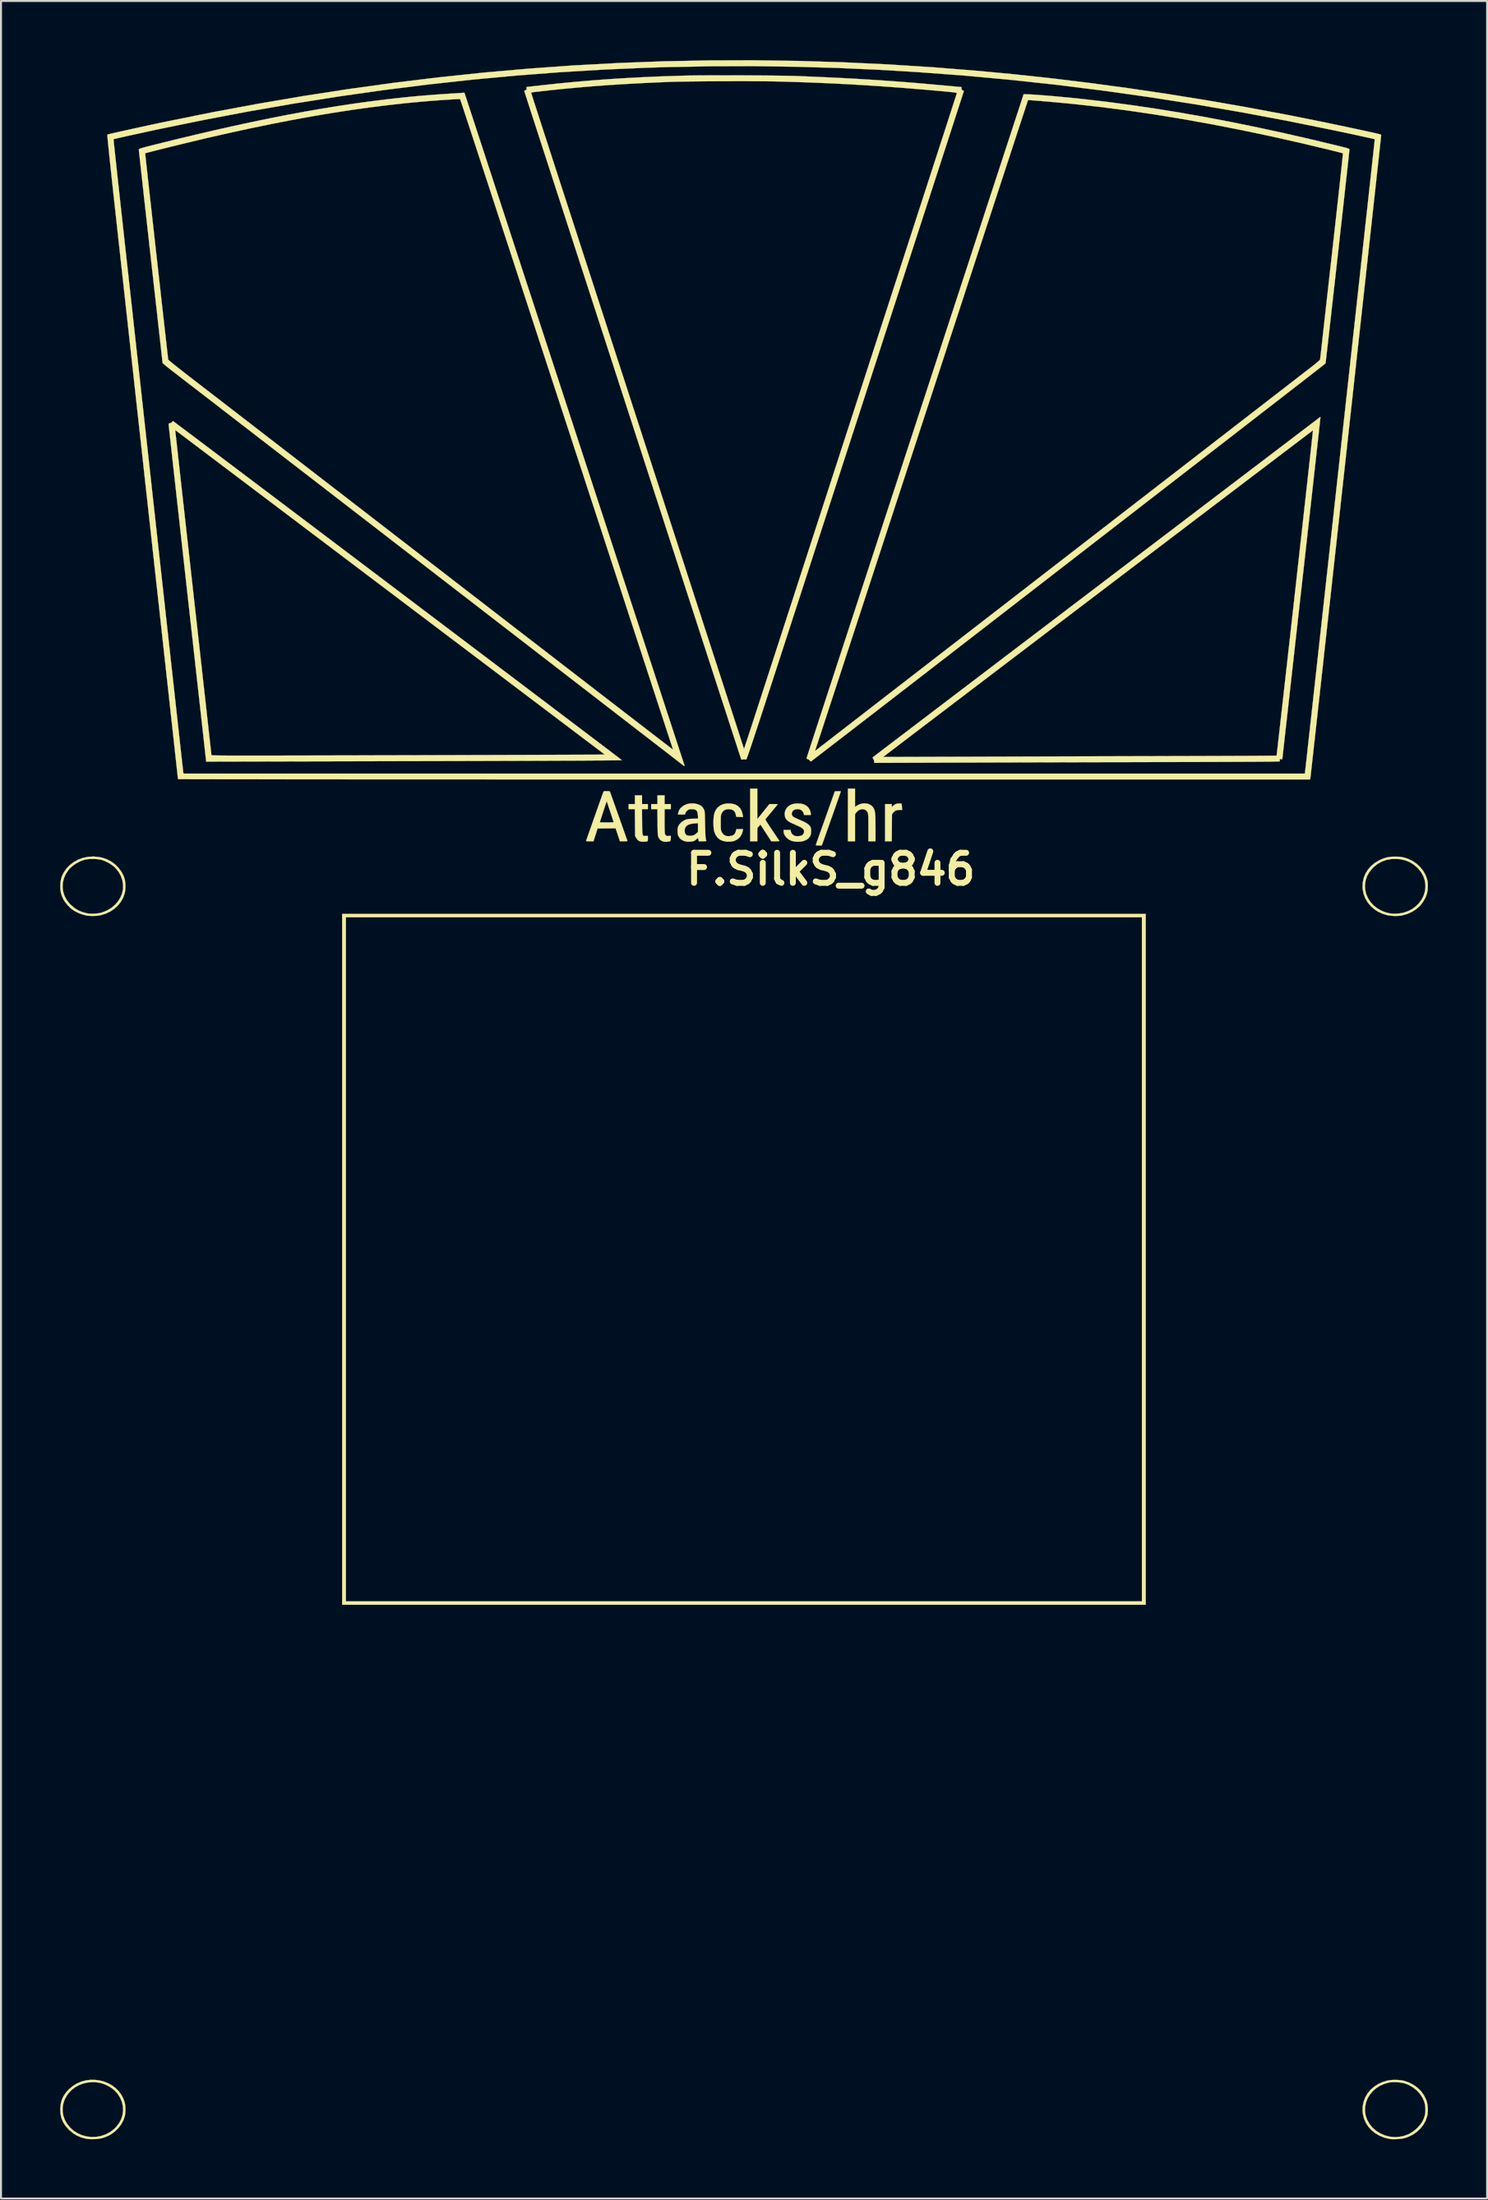
<source format=kicad_pcb>
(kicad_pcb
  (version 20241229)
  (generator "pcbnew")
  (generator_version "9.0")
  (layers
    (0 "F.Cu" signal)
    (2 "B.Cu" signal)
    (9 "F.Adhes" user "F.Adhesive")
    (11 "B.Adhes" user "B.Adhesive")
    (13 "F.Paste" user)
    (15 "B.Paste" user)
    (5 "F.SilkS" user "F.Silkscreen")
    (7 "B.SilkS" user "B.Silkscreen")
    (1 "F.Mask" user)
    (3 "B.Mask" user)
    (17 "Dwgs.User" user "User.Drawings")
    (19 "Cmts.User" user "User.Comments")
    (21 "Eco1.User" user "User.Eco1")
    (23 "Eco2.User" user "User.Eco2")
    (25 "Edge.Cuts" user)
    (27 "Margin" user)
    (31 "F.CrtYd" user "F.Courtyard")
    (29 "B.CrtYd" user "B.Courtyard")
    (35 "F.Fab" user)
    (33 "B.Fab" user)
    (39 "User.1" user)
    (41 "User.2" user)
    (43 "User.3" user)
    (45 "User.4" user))
  (footprint "F.SilkS_g846"
    (layer "F.Cu")
    (at 39.055 41.002)
    (property "Reference" "F.SilkS_g846" (at 0 0 0) (layer "F.SilkS") (effects (font (size 1.524 1.524) (thickness 0.3))))
    (attr through_hole)
    (fp_poly (pts (xy 15.96 37.275) (xy -24.765 37.275) (xy -24.765 2.434) (xy -24.575 2.434) (xy -24.575 37.105) (xy 15.769 37.105) (xy 15.769 2.434) (xy -24.575 2.434) (xy -24.765 2.434) (xy -24.765 2.265) (xy 15.96 2.265) (xy 15.96 37.275)) (stroke (width 0.01) (type solid)) (fill yes) (layer "F.SilkS"))
    (fp_poly (pts (xy 3.521 -3.331) (xy 3.568 -3.327) (xy 3.583 -3.323) (xy 3.589 -3.298) (xy 3.597 -3.243) (xy 3.604 -3.168) (xy 3.605 -3.159) (xy 3.617 -3.006) (xy 3.491 -3.006) (xy 3.364 -2.995) (xy 3.266 -2.96) (xy 3.188 -2.897) (xy 3.162 -2.867) (xy 3.101 -2.787) (xy 3.089 -1.418) (xy 2.752 -1.418) (xy 2.752 -3.302) (xy 3.09 -3.302) (xy 3.09 -3.148) (xy 3.148 -3.206) (xy 3.244 -3.282) (xy 3.349 -3.322) (xy 3.454 -3.332) (xy 3.521 -3.331)) (stroke (width 0.01) (type solid)) (fill yes) (layer "F.SilkS"))
    (fp_poly (pts (xy 0.485 -3.951) (xy 0.508 -3.944) (xy 0.508 -3.943) (xy 0.501 -3.921) (xy 0.481 -3.862) (xy 0.449 -3.77) (xy 0.407 -3.648) (xy 0.355 -3.499) (xy 0.294 -3.326) (xy 0.227 -3.134) (xy 0.153 -2.924) (xy 0.074 -2.701) (xy 0.026 -2.567) (xy -0.455 -1.207) (xy -0.61 -1.207) (xy -0.689 -1.207) (xy -0.734 -1.211) (xy -0.753 -1.22) (xy -0.754 -1.239) (xy -0.75 -1.254) (xy -0.74 -1.282) (xy -0.718 -1.346) (xy -0.684 -1.443) (xy -0.639 -1.57) (xy -0.585 -1.723) (xy -0.522 -1.898) (xy -0.453 -2.093) (xy -0.378 -2.304) (xy -0.299 -2.527) (xy -0.264 -2.625) (xy 0.206 -3.948) (xy 0.357 -3.954) (xy 0.431 -3.955) (xy 0.485 -3.951)) (stroke (width 0.01) (type solid)) (fill yes) (layer "F.SilkS"))
    (fp_poly (pts (xy -9.567 -3.302) (xy -9.271 -3.302) (xy -9.271 -3.048) (xy -9.569 -3.048) (xy -9.563 -2.403) (xy -9.561 -2.209) (xy -9.559 -2.054) (xy -9.555 -1.932) (xy -9.549 -1.84) (xy -9.539 -1.774) (xy -9.524 -1.73) (xy -9.504 -1.703) (xy -9.476 -1.689) (xy -9.441 -1.685) (xy -9.397 -1.685) (xy -9.376 -1.686) (xy -9.271 -1.689) (xy -9.271 -1.554) (xy -9.272 -1.48) (xy -9.279 -1.438) (xy -9.294 -1.418) (xy -9.319 -1.409) (xy -9.48 -1.391) (xy -9.605 -1.398) (xy -9.709 -1.429) (xy -9.794 -1.492) (xy -9.864 -1.589) (xy -9.917 -1.683) (xy -9.93 -3.048) (xy -10.245 -3.048) (xy -10.245 -3.302) (xy -9.927 -3.302) (xy -9.927 -3.747) (xy -9.567 -3.747) (xy -9.567 -3.302)) (stroke (width 0.01) (type solid)) (fill yes) (layer "F.SilkS"))
    (fp_poly (pts (xy -8.424 -3.302) (xy -8.107 -3.302) (xy -8.107 -3.048) (xy -8.424 -3.048) (xy -8.424 -2.433) (xy -8.424 -2.247) (xy -8.423 -2.099) (xy -8.42 -1.984) (xy -8.417 -1.897) (xy -8.412 -1.835) (xy -8.405 -1.792) (xy -8.396 -1.763) (xy -8.393 -1.758) (xy -8.349 -1.705) (xy -8.283 -1.682) (xy -8.189 -1.686) (xy -8.186 -1.686) (xy -8.107 -1.699) (xy -8.107 -1.606) (xy -8.113 -1.508) (xy -8.13 -1.446) (xy -8.161 -1.414) (xy -8.178 -1.409) (xy -8.332 -1.39) (xy -8.462 -1.399) (xy -8.574 -1.437) (xy -8.661 -1.506) (xy -8.724 -1.604) (xy -8.738 -1.633) (xy -8.749 -1.662) (xy -8.757 -1.695) (xy -8.764 -1.739) (xy -8.769 -1.798) (xy -8.773 -1.876) (xy -8.775 -1.979) (xy -8.777 -2.112) (xy -8.779 -2.28) (xy -8.78 -2.376) (xy -8.787 -3.048) (xy -9.102 -3.048) (xy -9.102 -3.302) (xy -8.784 -3.302) (xy -8.784 -3.747) (xy -8.424 -3.747) (xy -8.424 -3.302)) (stroke (width 0.01) (type solid)) (fill yes) (layer "F.SilkS"))
    (fp_poly (pts (xy 1.228 -3.157) (xy 1.333 -3.228) (xy 1.464 -3.295) (xy 1.604 -3.332) (xy 1.745 -3.338) (xy 1.879 -3.316) (xy 2.001 -3.266) (xy 2.102 -3.189) (xy 2.174 -3.09) (xy 2.197 -3.039) (xy 2.217 -2.984) (xy 2.232 -2.921) (xy 2.244 -2.845) (xy 2.253 -2.752) (xy 2.259 -2.635) (xy 2.262 -2.491) (xy 2.264 -2.314) (xy 2.265 -2.101) (xy 2.265 -2.093) (xy 2.265 -1.418) (xy 1.905 -1.418) (xy 1.905 -2.11) (xy 1.905 -2.3) (xy 1.904 -2.453) (xy 1.903 -2.574) (xy 1.901 -2.666) (xy 1.897 -2.736) (xy 1.892 -2.788) (xy 1.886 -2.826) (xy 1.877 -2.856) (xy 1.866 -2.883) (xy 1.862 -2.891) (xy 1.801 -2.973) (xy 1.72 -3.025) (xy 1.624 -3.046) (xy 1.523 -3.036) (xy 1.424 -2.996) (xy 1.334 -2.926) (xy 1.292 -2.877) (xy 1.228 -2.788) (xy 1.228 -1.418) (xy 0.868 -1.418) (xy 0.868 -4.085) (xy 1.228 -4.085) (xy 1.228 -3.157)) (stroke (width 0.01) (type solid)) (fill yes) (layer "F.SilkS"))
    (fp_poly (pts (xy -3.725 -2.535) (xy -3.418 -2.919) (xy -3.111 -3.302) (xy -2.899 -3.302) (xy -2.811 -3.301) (xy -2.74 -3.299) (xy -2.697 -3.296) (xy -2.688 -3.294) (xy -2.701 -3.276) (xy -2.738 -3.23) (xy -2.794 -3.162) (xy -2.866 -3.075) (xy -2.95 -2.974) (xy -2.997 -2.918) (xy -3.087 -2.811) (xy -3.167 -2.714) (xy -3.234 -2.633) (xy -3.283 -2.571) (xy -3.311 -2.534) (xy -3.316 -2.526) (xy -3.307 -2.503) (xy -3.277 -2.45) (xy -3.228 -2.37) (xy -3.164 -2.27) (xy -3.087 -2.153) (xy -3 -2.023) (xy -2.965 -1.971) (xy -2.875 -1.838) (xy -2.793 -1.717) (xy -2.722 -1.611) (xy -2.665 -1.526) (xy -2.625 -1.465) (xy -2.605 -1.433) (xy -2.603 -1.429) (xy -2.623 -1.425) (xy -2.676 -1.421) (xy -2.753 -1.419) (xy -2.81 -1.419) (xy -3.016 -1.419) (xy -3.291 -1.843) (xy -3.567 -2.267) (xy -3.646 -2.176) (xy -3.725 -2.085) (xy -3.725 -1.752) (xy -3.725 -1.418) (xy -4.085 -1.418) (xy -4.085 -4.085) (xy -3.725 -4.085) (xy -3.725 -2.535)) (stroke (width 0.01) (type solid)) (fill yes) (layer "F.SilkS"))
    (fp_poly (pts (xy -4.987 -3.318) (xy -4.827 -3.273) (xy -4.695 -3.195) (xy -4.592 -3.086) (xy -4.515 -2.946) (xy -4.467 -2.772) (xy -4.459 -2.724) (xy -4.447 -2.644) (xy -4.793 -2.656) (xy -4.809 -2.747) (xy -4.843 -2.868) (xy -4.902 -2.955) (xy -4.988 -3.012) (xy -5.105 -3.041) (xy -5.148 -3.045) (xy -5.283 -3.037) (xy -5.391 -2.998) (xy -5.476 -2.924) (xy -5.528 -2.842) (xy -5.546 -2.803) (xy -5.559 -2.765) (xy -5.567 -2.721) (xy -5.573 -2.663) (xy -5.576 -2.583) (xy -5.577 -2.474) (xy -5.577 -2.36) (xy -5.577 -2.223) (xy -5.576 -2.121) (xy -5.573 -2.046) (xy -5.567 -1.992) (xy -5.557 -1.95) (xy -5.543 -1.914) (xy -5.524 -1.875) (xy -5.524 -1.874) (xy -5.455 -1.775) (xy -5.365 -1.711) (xy -5.252 -1.679) (xy -5.141 -1.676) (xy -5.017 -1.695) (xy -4.925 -1.738) (xy -4.86 -1.81) (xy -4.815 -1.914) (xy -4.814 -1.916) (xy -4.781 -2.032) (xy -4.446 -2.032) (xy -4.458 -1.963) (xy -4.504 -1.801) (xy -4.582 -1.662) (xy -4.622 -1.613) (xy -4.745 -1.508) (xy -4.886 -1.437) (xy -5.05 -1.4) (xy -5.238 -1.396) (xy -5.295 -1.4) (xy -5.471 -1.436) (xy -5.62 -1.504) (xy -5.742 -1.604) (xy -5.837 -1.737) (xy -5.903 -1.901) (xy -5.915 -1.948) (xy -5.932 -2.052) (xy -5.943 -2.184) (xy -5.947 -2.332) (xy -5.945 -2.482) (xy -5.937 -2.621) (xy -5.923 -2.736) (xy -5.916 -2.768) (xy -5.876 -2.904) (xy -5.823 -3.012) (xy -5.751 -3.105) (xy -5.696 -3.158) (xy -5.576 -3.244) (xy -5.439 -3.3) (xy -5.277 -3.328) (xy -5.175 -3.333) (xy -4.987 -3.318)) (stroke (width 0.01) (type solid)) (fill yes) (layer "F.SilkS"))
    (fp_poly (pts (xy -1.514 -3.323) (xy -1.391 -3.295) (xy -1.28 -3.242) (xy -1.197 -3.185) (xy -1.131 -3.116) (xy -1.073 -3.024) (xy -1.032 -2.924) (xy -1.016 -2.833) (xy -1.016 -2.832) (xy -1.016 -2.752) (xy -1.353 -2.752) (xy -1.375 -2.832) (xy -1.421 -2.93) (xy -1.498 -3) (xy -1.6 -3.04) (xy -1.683 -3.048) (xy -1.8 -3.033) (xy -1.892 -2.989) (xy -1.953 -2.917) (xy -1.958 -2.908) (xy -1.981 -2.816) (xy -1.964 -2.732) (xy -1.917 -2.668) (xy -1.88 -2.644) (xy -1.812 -2.608) (xy -1.722 -2.565) (xy -1.62 -2.519) (xy -1.589 -2.506) (xy -1.419 -2.433) (xy -1.285 -2.367) (xy -1.183 -2.305) (xy -1.108 -2.245) (xy -1.055 -2.183) (xy -1.019 -2.116) (xy -1.017 -2.11) (xy -1 -2.027) (xy -0.996 -1.923) (xy -1.005 -1.816) (xy -1.026 -1.725) (xy -1.034 -1.704) (xy -1.107 -1.594) (xy -1.212 -1.506) (xy -1.346 -1.442) (xy -1.504 -1.403) (xy -1.683 -1.392) (xy -1.813 -1.4) (xy -1.984 -1.437) (xy -2.13 -1.506) (xy -2.245 -1.602) (xy -2.332 -1.715) (xy -2.38 -1.826) (xy -2.392 -1.915) (xy -2.392 -1.99) (xy -2.037 -1.99) (xy -2.024 -1.907) (xy -1.992 -1.825) (xy -1.928 -1.752) (xy -1.845 -1.699) (xy -1.788 -1.681) (xy -1.691 -1.673) (xy -1.589 -1.681) (xy -1.499 -1.702) (xy -1.443 -1.729) (xy -1.384 -1.796) (xy -1.354 -1.878) (xy -1.358 -1.962) (xy -1.364 -1.979) (xy -1.394 -2.029) (xy -1.448 -2.078) (xy -1.529 -2.13) (xy -1.643 -2.188) (xy -1.783 -2.25) (xy -1.944 -2.321) (xy -2.07 -2.383) (xy -2.164 -2.443) (xy -2.233 -2.502) (xy -2.281 -2.566) (xy -2.312 -2.638) (xy -2.326 -2.69) (xy -2.338 -2.833) (xy -2.309 -2.969) (xy -2.241 -3.093) (xy -2.157 -3.183) (xy -2.052 -3.255) (xy -1.932 -3.303) (xy -1.79 -3.327) (xy -1.662 -3.332) (xy -1.514 -3.323)) (stroke (width 0.01) (type solid)) (fill yes) (layer "F.SilkS"))
    (fp_poly (pts (xy -11.276 -3.957) (xy -11.228 -3.952) (xy -11.202 -3.94) (xy -11.187 -3.917) (xy -11.181 -3.9) (xy -11.17 -3.87) (xy -11.147 -3.804) (xy -11.112 -3.705) (xy -11.066 -3.577) (xy -11.012 -3.424) (xy -10.95 -3.25) (xy -10.882 -3.057) (xy -10.808 -2.851) (xy -10.734 -2.642) (xy -10.658 -2.427) (xy -10.586 -2.224) (xy -10.52 -2.036) (xy -10.46 -1.868) (xy -10.409 -1.721) (xy -10.367 -1.601) (xy -10.335 -1.51) (xy -10.315 -1.452) (xy -10.308 -1.43) (xy -10.308 -1.43) (xy -10.328 -1.425) (xy -10.38 -1.421) (xy -10.456 -1.418) (xy -10.497 -1.418) (xy -10.686 -1.418) (xy -10.795 -1.747) (xy -10.905 -2.075) (xy -11.362 -2.069) (xy -11.82 -2.064) (xy -12.028 -1.418) (xy -12.216 -1.418) (xy -12.299 -1.419) (xy -12.363 -1.423) (xy -12.399 -1.428) (xy -12.404 -1.43) (xy -12.397 -1.451) (xy -12.377 -1.508) (xy -12.346 -1.596) (xy -12.306 -1.713) (xy -12.256 -1.853) (xy -12.2 -2.013) (xy -12.138 -2.188) (xy -12.072 -2.376) (xy -12.069 -2.385) (xy -11.705 -2.385) (xy -11.685 -2.38) (xy -11.63 -2.376) (xy -11.546 -2.373) (xy -11.441 -2.371) (xy -11.356 -2.371) (xy -11.24 -2.372) (xy -11.14 -2.374) (xy -11.063 -2.378) (xy -11.017 -2.383) (xy -11.007 -2.387) (xy -11.013 -2.411) (xy -11.031 -2.469) (xy -11.059 -2.556) (xy -11.096 -2.668) (xy -11.138 -2.797) (xy -11.182 -2.928) (xy -11.357 -3.453) (xy -11.531 -2.926) (xy -11.578 -2.785) (xy -11.62 -2.656) (xy -11.655 -2.547) (xy -11.682 -2.461) (xy -11.7 -2.406) (xy -11.705 -2.385) (xy -12.069 -2.385) (xy -12.003 -2.571) (xy -11.933 -2.77) (xy -11.863 -2.968) (xy -11.794 -3.162) (xy -11.728 -3.348) (xy -11.667 -3.521) (xy -11.611 -3.677) (xy -11.562 -3.814) (xy -11.531 -3.9) (xy -11.518 -3.93) (xy -11.499 -3.947) (xy -11.464 -3.956) (xy -11.402 -3.958) (xy -11.356 -3.958) (xy -11.276 -3.957)) (stroke (width 0.01) (type solid)) (fill yes) (layer "F.SilkS"))
    (fp_poly (pts (xy -37.073 61.38) (xy -36.847 61.436) (xy -36.632 61.521) (xy -36.43 61.632) (xy -36.247 61.77) (xy -36.085 61.933) (xy -35.95 62.12) (xy -35.843 62.33) (xy -35.781 62.516) (xy -35.76 62.638) (xy -35.749 62.785) (xy -35.749 62.94) (xy -35.761 63.087) (xy -35.782 63.204) (xy -35.857 63.413) (xy -35.969 63.615) (xy -36.113 63.803) (xy -36.283 63.969) (xy -36.473 64.108) (xy -36.57 64.163) (xy -36.675 64.213) (xy -36.79 64.26) (xy -36.894 64.296) (xy -36.93 64.306) (xy -37.069 64.334) (xy -37.232 64.352) (xy -37.402 64.36) (xy -37.564 64.357) (xy -37.705 64.342) (xy -37.73 64.338) (xy -37.975 64.275) (xy -38.192 64.186) (xy -38.39 64.066) (xy -38.578 63.911) (xy -38.62 63.87) (xy -38.783 63.687) (xy -38.905 63.499) (xy -38.989 63.299) (xy -39.036 63.084) (xy -39.05 62.847) (xy -39.048 62.783) (xy -39.045 62.758) (xy -38.931 62.758) (xy -38.93 62.964) (xy -38.895 63.172) (xy -38.821 63.378) (xy -38.713 63.571) (xy -38.559 63.764) (xy -38.379 63.927) (xy -38.175 64.058) (xy -37.953 64.157) (xy -37.716 64.222) (xy -37.47 64.25) (xy -37.219 64.241) (xy -36.993 64.199) (xy -36.745 64.116) (xy -36.522 63.998) (xy -36.323 63.845) (xy -36.21 63.732) (xy -36.066 63.543) (xy -35.961 63.341) (xy -35.894 63.129) (xy -35.866 62.911) (xy -35.876 62.691) (xy -35.926 62.473) (xy -36.015 62.262) (xy -36.142 62.061) (xy -36.163 62.034) (xy -36.312 61.876) (xy -36.493 61.738) (xy -36.692 61.627) (xy -36.879 61.549) (xy -37.062 61.498) (xy -37.257 61.473) (xy -37.408 61.468) (xy -37.655 61.486) (xy -37.886 61.537) (xy -38.1 61.618) (xy -38.294 61.726) (xy -38.466 61.857) (xy -38.615 62.009) (xy -38.737 62.178) (xy -38.832 62.362) (xy -38.897 62.556) (xy -38.931 62.758) (xy -39.045 62.758) (xy -39.024 62.561) (xy -38.97 62.361) (xy -38.884 62.176) (xy -38.763 61.999) (xy -38.619 61.839) (xy -38.428 61.675) (xy -38.221 61.545) (xy -38.002 61.449) (xy -37.773 61.385) (xy -37.54 61.353) (xy -37.305 61.352) (xy -37.073 61.38)) (stroke (width 0.01) (type solid)) (fill yes) (layer "F.SilkS"))
    (fp_poly (pts (xy 28.741 61.358) (xy 28.92 61.376) (xy 29.051 61.402) (xy 29.304 61.489) (xy 29.534 61.608) (xy 29.738 61.755) (xy 29.914 61.93) (xy 30.058 62.128) (xy 30.167 62.348) (xy 30.208 62.463) (xy 30.237 62.596) (xy 30.254 62.753) (xy 30.258 62.917) (xy 30.248 63.071) (xy 30.228 63.182) (xy 30.151 63.41) (xy 30.036 63.621) (xy 29.888 63.813) (xy 29.709 63.982) (xy 29.504 64.125) (xy 29.275 64.238) (xy 29.083 64.304) (xy 28.976 64.327) (xy 28.844 64.344) (xy 28.698 64.356) (xy 28.553 64.361) (xy 28.422 64.358) (xy 28.318 64.348) (xy 28.314 64.347) (xy 28.051 64.281) (xy 27.81 64.183) (xy 27.594 64.057) (xy 27.405 63.904) (xy 27.245 63.728) (xy 27.117 63.53) (xy 27.024 63.314) (xy 26.967 63.081) (xy 26.951 62.929) (xy 26.956 62.775) (xy 27.077 62.775) (xy 27.078 62.971) (xy 27.104 63.148) (xy 27.159 63.318) (xy 27.187 63.384) (xy 27.307 63.595) (xy 27.456 63.778) (xy 27.638 63.935) (xy 27.853 64.069) (xy 27.855 64.07) (xy 28.095 64.173) (xy 28.338 64.234) (xy 28.589 64.255) (xy 28.808 64.24) (xy 29.055 64.191) (xy 29.279 64.109) (xy 29.484 63.992) (xy 29.677 63.837) (xy 29.729 63.786) (xy 29.87 63.631) (xy 29.977 63.477) (xy 30.055 63.315) (xy 30.11 63.134) (xy 30.111 63.13) (xy 30.134 62.97) (xy 30.135 62.792) (xy 30.116 62.615) (xy 30.078 62.463) (xy 29.987 62.256) (xy 29.86 62.063) (xy 29.701 61.89) (xy 29.514 61.74) (xy 29.304 61.618) (xy 29.115 61.54) (xy 28.98 61.506) (xy 28.819 61.482) (xy 28.647 61.469) (xy 28.48 61.469) (xy 28.332 61.482) (xy 28.295 61.488) (xy 28.056 61.554) (xy 27.836 61.651) (xy 27.637 61.778) (xy 27.463 61.93) (xy 27.318 62.103) (xy 27.203 62.296) (xy 27.123 62.503) (xy 27.081 62.723) (xy 27.077 62.775) (xy 26.956 62.775) (xy 26.959 62.686) (xy 27.006 62.455) (xy 27.089 62.237) (xy 27.208 62.037) (xy 27.358 61.856) (xy 27.539 61.697) (xy 27.747 61.564) (xy 27.981 61.459) (xy 28.21 61.39) (xy 28.37 61.365) (xy 28.553 61.354) (xy 28.741 61.358)) (stroke (width 0.01) (type solid)) (fill yes) (layer "F.SilkS"))
    (fp_poly (pts (xy 28.767 -0.635) (xy 28.933 -0.617) (xy 29.088 -0.583) (xy 29.246 -0.53) (xy 29.255 -0.527) (xy 29.485 -0.417) (xy 29.692 -0.276) (xy 29.873 -0.107) (xy 30.025 0.085) (xy 30.142 0.297) (xy 30.196 0.437) (xy 30.226 0.537) (xy 30.245 0.622) (xy 30.254 0.711) (xy 30.257 0.82) (xy 30.257 0.847) (xy 30.251 1.015) (xy 30.232 1.158) (xy 30.195 1.292) (xy 30.138 1.434) (xy 30.131 1.45) (xy 30.009 1.666) (xy 29.853 1.858) (xy 29.668 2.023) (xy 29.455 2.16) (xy 29.218 2.265) (xy 28.96 2.338) (xy 28.904 2.348) (xy 28.754 2.365) (xy 28.581 2.368) (xy 28.403 2.357) (xy 28.238 2.334) (xy 28.214 2.33) (xy 27.968 2.258) (xy 27.742 2.154) (xy 27.538 2.021) (xy 27.359 1.861) (xy 27.209 1.678) (xy 27.09 1.475) (xy 27.006 1.256) (xy 26.958 1.025) (xy 26.951 0.931) (xy 26.953 0.856) (xy 27.072 0.856) (xy 27.087 1.061) (xy 27.132 1.251) (xy 27.212 1.442) (xy 27.225 1.467) (xy 27.347 1.657) (xy 27.503 1.828) (xy 27.688 1.975) (xy 27.896 2.096) (xy 28.121 2.187) (xy 28.359 2.243) (xy 28.493 2.255) (xy 28.65 2.254) (xy 28.813 2.24) (xy 28.967 2.216) (xy 29.026 2.203) (xy 29.256 2.124) (xy 29.466 2.015) (xy 29.653 1.877) (xy 29.813 1.716) (xy 29.945 1.535) (xy 30.045 1.337) (xy 30.11 1.127) (xy 30.137 0.907) (xy 30.135 0.785) (xy 30.101 0.56) (xy 30.031 0.352) (xy 29.922 0.156) (xy 29.772 -0.03) (xy 29.729 -0.075) (xy 29.54 -0.238) (xy 29.336 -0.363) (xy 29.112 -0.452) (xy 28.868 -0.506) (xy 28.679 -0.524) (xy 28.41 -0.517) (xy 28.159 -0.472) (xy 27.926 -0.389) (xy 27.71 -0.268) (xy 27.512 -0.108) (xy 27.433 -0.028) (xy 27.282 0.161) (xy 27.172 0.362) (xy 27.103 0.576) (xy 27.073 0.802) (xy 27.072 0.856) (xy 26.953 0.856) (xy 26.959 0.686) (xy 27.007 0.452) (xy 27.093 0.232) (xy 27.216 0.03) (xy 27.373 -0.153) (xy 27.562 -0.312) (xy 27.783 -0.446) (xy 27.802 -0.456) (xy 28 -0.543) (xy 28.19 -0.6) (xy 28.387 -0.631) (xy 28.575 -0.639) (xy 28.767 -0.635)) (stroke (width 0.01) (type solid)) (fill yes) (layer "F.SilkS"))
    (fp_poly (pts (xy -37.088 -0.619) (xy -36.916 -0.582) (xy -36.682 -0.502) (xy -36.465 -0.387) (xy -36.269 -0.242) (xy -36.097 -0.07) (xy -35.954 0.123) (xy -35.844 0.333) (xy -35.781 0.519) (xy -35.76 0.641) (xy -35.749 0.788) (xy -35.749 0.943) (xy -35.761 1.089) (xy -35.782 1.206) (xy -35.862 1.435) (xy -35.979 1.645) (xy -36.128 1.834) (xy -36.307 2) (xy -36.512 2.139) (xy -36.74 2.248) (xy -36.986 2.325) (xy -37.106 2.348) (xy -37.224 2.361) (xy -37.364 2.367) (xy -37.508 2.366) (xy -37.638 2.357) (xy -37.701 2.349) (xy -37.919 2.296) (xy -38.136 2.214) (xy -38.338 2.11) (xy -38.443 2.039) (xy -38.55 1.949) (xy -38.662 1.836) (xy -38.766 1.713) (xy -38.853 1.592) (xy -38.89 1.529) (xy -38.971 1.349) (xy -39.023 1.174) (xy -39.047 0.988) (xy -39.047 0.892) (xy -38.935 0.892) (xy -38.91 1.11) (xy -38.847 1.322) (xy -38.744 1.525) (xy -38.603 1.716) (xy -38.524 1.799) (xy -38.341 1.958) (xy -38.146 2.08) (xy -37.933 2.171) (xy -37.693 2.234) (xy -37.687 2.235) (xy -37.55 2.252) (xy -37.39 2.255) (xy -37.224 2.246) (xy -37.068 2.225) (xy -36.999 2.211) (xy -36.919 2.186) (xy -36.817 2.148) (xy -36.711 2.102) (xy -36.661 2.079) (xy -36.464 1.962) (xy -36.286 1.813) (xy -36.133 1.64) (xy -36.01 1.449) (xy -35.923 1.246) (xy -35.913 1.213) (xy -35.87 0.995) (xy -35.868 0.775) (xy -35.903 0.557) (xy -35.976 0.347) (xy -36.083 0.149) (xy -36.223 -0.031) (xy -36.358 -0.159) (xy -36.573 -0.309) (xy -36.812 -0.425) (xy -36.936 -0.469) (xy -37.057 -0.496) (xy -37.206 -0.514) (xy -37.369 -0.522) (xy -37.534 -0.519) (xy -37.687 -0.507) (xy -37.814 -0.484) (xy -37.824 -0.481) (xy -38.034 -0.406) (xy -38.236 -0.301) (xy -38.421 -0.173) (xy -38.578 -0.028) (xy -38.637 0.041) (xy -38.772 0.244) (xy -38.866 0.455) (xy -38.92 0.673) (xy -38.935 0.892) (xy -39.047 0.892) (xy -39.048 0.805) (xy -39.034 0.626) (xy -39.005 0.473) (xy -38.957 0.332) (xy -38.885 0.187) (xy -38.861 0.145) (xy -38.727 -0.046) (xy -38.563 -0.214) (xy -38.373 -0.358) (xy -38.141 -0.486) (xy -37.892 -0.577) (xy -37.631 -0.629) (xy -37.361 -0.644) (xy -37.088 -0.619)) (stroke (width 0.01) (type solid)) (fill yes) (layer "F.SilkS"))
    (fp_poly (pts (xy -6.859 -3.323) (xy -6.702 -3.281) (xy -6.579 -3.217) (xy -6.485 -3.126) (xy -6.421 -3.016) (xy -6.41 -2.987) (xy -6.401 -2.951) (xy -6.394 -2.902) (xy -6.388 -2.836) (xy -6.384 -2.748) (xy -6.379 -2.633) (xy -6.376 -2.486) (xy -6.372 -2.303) (xy -6.371 -2.254) (xy -6.366 -2.028) (xy -6.36 -1.843) (xy -6.354 -1.699) (xy -6.346 -1.596) (xy -6.338 -1.534) (xy -6.333 -1.517) (xy -6.315 -1.469) (xy -6.308 -1.438) (xy -6.327 -1.429) (xy -6.38 -1.422) (xy -6.456 -1.419) (xy -6.498 -1.418) (xy -6.688 -1.418) (xy -6.701 -1.476) (xy -6.717 -1.543) (xy -6.732 -1.573) (xy -6.755 -1.57) (xy -6.792 -1.538) (xy -6.8 -1.53) (xy -6.855 -1.483) (xy -6.906 -1.447) (xy -6.918 -1.44) (xy -7 -1.413) (xy -7.109 -1.397) (xy -7.231 -1.394) (xy -7.292 -1.398) (xy -7.438 -1.431) (xy -7.564 -1.494) (xy -7.663 -1.583) (xy -7.73 -1.695) (xy -7.744 -1.734) (xy -7.762 -1.835) (xy -7.767 -1.954) (xy -7.767 -1.96) (xy -7.408 -1.96) (xy -7.395 -1.85) (xy -7.357 -1.77) (xy -7.3 -1.723) (xy -7.236 -1.703) (xy -7.148 -1.695) (xy -7.054 -1.699) (xy -6.971 -1.714) (xy -6.936 -1.727) (xy -6.876 -1.765) (xy -6.813 -1.815) (xy -6.8 -1.827) (xy -6.731 -1.892) (xy -6.731 -2.335) (xy -6.921 -2.322) (xy -7.09 -2.299) (xy -7.223 -2.255) (xy -7.32 -2.188) (xy -7.382 -2.1) (xy -7.407 -1.989) (xy -7.408 -1.96) (xy -7.767 -1.96) (xy -7.758 -2.071) (xy -7.743 -2.143) (xy -7.695 -2.242) (xy -7.615 -2.34) (xy -7.512 -2.426) (xy -7.404 -2.488) (xy -7.343 -2.514) (xy -7.288 -2.531) (xy -7.226 -2.543) (xy -7.148 -2.551) (xy -7.042 -2.556) (xy -6.998 -2.557) (xy -6.726 -2.566) (xy -6.735 -2.728) (xy -6.749 -2.848) (xy -6.777 -2.934) (xy -6.821 -2.991) (xy -6.884 -3.025) (xy -6.958 -3.041) (xy -7.047 -3.047) (xy -7.133 -3.042) (xy -7.197 -3.027) (xy -7.203 -3.024) (xy -7.278 -2.973) (xy -7.339 -2.908) (xy -7.375 -2.842) (xy -7.377 -2.833) (xy -7.391 -2.773) (xy -7.748 -2.773) (xy -7.735 -2.831) (xy -7.707 -2.936) (xy -7.672 -3.015) (xy -7.62 -3.085) (xy -7.577 -3.132) (xy -7.449 -3.23) (xy -7.297 -3.298) (xy -7.127 -3.334) (xy -6.947 -3.335) (xy -6.859 -3.323)) (stroke (width 0.01) (type solid)) (fill yes) (layer "F.SilkS"))
    (fp_poly (pts (xy -33.318 -22.699) (xy -33.268 -22.662) (xy -33.186 -22.601) (xy -33.073 -22.516) (xy -32.931 -22.409) (xy -32.76 -22.281) (xy -32.562 -22.132) (xy -32.337 -21.963) (xy -32.087 -21.775) (xy -31.814 -21.569) (xy -31.517 -21.345) (xy -31.197 -21.105) (xy -30.857 -20.848) (xy -30.497 -20.577) (xy -30.118 -20.291) (xy -29.722 -19.992) (xy -29.308 -19.68) (xy -28.879 -19.356) (xy -28.435 -19.022) (xy -27.978 -18.676) (xy -27.508 -18.322) (xy -27.027 -17.959) (xy -26.536 -17.588) (xy -26.035 -17.21) (xy -25.526 -16.825) (xy -25.009 -16.435) (xy -24.487 -16.041) (xy -23.96 -15.643) (xy -23.428 -15.241) (xy -22.894 -14.838) (xy -22.358 -14.433) (xy -21.821 -14.027) (xy -21.284 -13.622) (xy -20.749 -13.217) (xy -20.216 -12.815) (xy -19.687 -12.415) (xy -19.162 -12.018) (xy -18.643 -11.626) (xy -18.13 -11.238) (xy -17.625 -10.857) (xy -17.129 -10.482) (xy -16.643 -10.114) (xy -16.167 -9.755) (xy -15.704 -9.404) (xy -15.254 -9.064) (xy -14.818 -8.734) (xy -14.397 -8.416) (xy -13.992 -8.109) (xy -13.604 -7.816) (xy -13.235 -7.537) (xy -12.886 -7.272) (xy -12.556 -7.023) (xy -12.249 -6.79) (xy -11.964 -6.574) (xy -11.703 -6.376) (xy -11.466 -6.197) (xy -11.255 -6.037) (xy -11.071 -5.897) (xy -10.915 -5.779) (xy -10.788 -5.682) (xy -10.692 -5.608) (xy -10.626 -5.557) (xy -10.592 -5.531) (xy -10.588 -5.528) (xy -10.6 -5.526) (xy -10.639 -5.524) (xy -10.705 -5.522) (xy -10.798 -5.521) (xy -10.919 -5.519) (xy -11.069 -5.517) (xy -11.247 -5.516) (xy -11.456 -5.514) (xy -11.694 -5.512) (xy -11.963 -5.511) (xy -12.263 -5.509) (xy -12.595 -5.507) (xy -12.958 -5.505) (xy -13.355 -5.504) (xy -13.785 -5.502) (xy -14.249 -5.5) (xy -14.747 -5.498) (xy -15.28 -5.496) (xy -15.848 -5.494) (xy -16.453 -5.492) (xy -17.094 -5.49) (xy -17.771 -5.488) (xy -18.487 -5.486) (xy -19.24 -5.484) (xy -20.032 -5.482) (xy -20.863 -5.48) (xy -21.734 -5.478) (xy -22.645 -5.476) (xy -23.597 -5.473) (xy -24.59 -5.471) (xy -25.624 -5.468) (xy -25.665 -5.468) (xy -31.655 -5.454) (xy -32.604 -13.951) (xy -32.67 -14.547) (xy -32.736 -15.133) (xy -32.8 -15.707) (xy -32.862 -16.267) (xy -32.923 -16.813) (xy -32.982 -17.343) (xy -33.039 -17.856) (xy -33.094 -18.349) (xy -33.147 -18.823) (xy -33.197 -19.274) (xy -33.245 -19.702) (xy -33.29 -20.106) (xy -33.332 -20.484) (xy -33.371 -20.834) (xy -33.406 -21.155) (xy -33.438 -21.446) (xy -33.467 -21.706) (xy -33.492 -21.932) (xy -33.513 -22.124) (xy -33.528 -22.258) (xy -33.226 -22.258) (xy -33.223 -22.237) (xy -33.217 -22.175) (xy -33.206 -22.074) (xy -33.191 -21.936) (xy -33.172 -21.761) (xy -33.148 -21.551) (xy -33.121 -21.307) (xy -33.091 -21.032) (xy -33.057 -20.725) (xy -33.02 -20.39) (xy -32.979 -20.026) (xy -32.936 -19.637) (xy -32.89 -19.222) (xy -32.841 -18.784) (xy -32.789 -18.323) (xy -32.736 -17.842) (xy -32.68 -17.342) (xy -32.622 -16.824) (xy -32.562 -16.289) (xy -32.501 -15.74) (xy -32.438 -15.177) (xy -32.374 -14.601) (xy -32.31 -14.033) (xy -32.245 -13.447) (xy -32.18 -12.871) (xy -32.117 -12.308) (xy -32.056 -11.758) (xy -31.996 -11.223) (xy -31.938 -10.705) (xy -31.882 -10.204) (xy -31.829 -9.723) (xy -31.777 -9.262) (xy -31.728 -8.823) (xy -31.682 -8.408) (xy -31.638 -8.018) (xy -31.598 -7.654) (xy -31.56 -7.318) (xy -31.526 -7.011) (xy -31.496 -6.735) (xy -31.468 -6.491) (xy -31.445 -6.28) (xy -31.426 -6.105) (xy -31.41 -5.966) (xy -31.399 -5.864) (xy -31.392 -5.802) (xy -31.39 -5.781) (xy -31.386 -5.778) (xy -31.371 -5.776) (xy -31.344 -5.773) (xy -31.304 -5.771) (xy -31.251 -5.769) (xy -31.182 -5.767) (xy -31.096 -5.766) (xy -30.992 -5.764) (xy -30.869 -5.763) (xy -30.725 -5.762) (xy -30.559 -5.761) (xy -30.37 -5.76) (xy -30.156 -5.76) (xy -29.917 -5.76) (xy -29.65 -5.759) (xy -29.355 -5.759) (xy -29.03 -5.76) (xy -28.675 -5.76) (xy -28.287 -5.76) (xy -27.865 -5.761) (xy -27.409 -5.762) (xy -26.916 -5.763) (xy -26.386 -5.764) (xy -25.817 -5.765) (xy -25.208 -5.767) (xy -24.717 -5.768) (xy -24.146 -5.769) (xy -23.564 -5.771) (xy -22.975 -5.773) (xy -22.382 -5.774) (xy -21.787 -5.776) (xy -21.193 -5.777) (xy -20.603 -5.779) (xy -20.021 -5.781) (xy -19.448 -5.782) (xy -18.888 -5.784) (xy -18.343 -5.786) (xy -17.817 -5.787) (xy -17.311 -5.789) (xy -16.83 -5.79) (xy -16.375 -5.792) (xy -15.951 -5.793) (xy -15.558 -5.794) (xy -15.201 -5.796) (xy -14.882 -5.797) (xy -14.748 -5.797) (xy -11.451 -5.81) (xy -22.336 -14.036) (xy -22.941 -14.493) (xy -23.538 -14.943) (xy -24.125 -15.387) (xy -24.702 -15.823) (xy -25.268 -16.251) (xy -25.822 -16.67) (xy -26.364 -17.078) (xy -26.891 -17.477) (xy -27.404 -17.865) (xy -27.902 -18.24) (xy -28.383 -18.604) (xy -28.847 -18.954) (xy -29.292 -19.29) (xy -29.719 -19.612) (xy -30.125 -19.919) (xy -30.511 -20.211) (xy -30.875 -20.485) (xy -31.216 -20.743) (xy -31.534 -20.983) (xy -31.827 -21.204) (xy -32.095 -21.406) (xy -32.337 -21.589) (xy -32.552 -21.751) (xy -32.738 -21.892) (xy -32.896 -22.011) (xy -33.024 -22.107) (xy -33.122 -22.18) (xy -33.188 -22.23) (xy -33.221 -22.255) (xy -33.226 -22.258) (xy -33.528 -22.258) (xy -33.53 -22.28) (xy -33.543 -22.398) (xy -33.552 -22.478) (xy -33.556 -22.517) (xy -33.556 -22.521) (xy -33.555 -22.571) (xy -33.537 -22.594) (xy -33.493 -22.602) (xy -33.423 -22.627) (xy -33.392 -22.66) (xy -33.361 -22.697) (xy -33.336 -22.712) (xy -33.318 -22.699)) (stroke (width 0.01) (type solid)) (fill yes) (layer "F.SilkS"))
    (fp_poly (pts (xy 24.815 -22.899) (xy 24.808 -22.837) (xy 24.797 -22.736) (xy 24.782 -22.597) (xy 24.763 -22.421) (xy 24.74 -22.21) (xy 24.713 -21.966) (xy 24.682 -21.689) (xy 24.648 -21.381) (xy 24.611 -21.043) (xy 24.57 -20.678) (xy 24.527 -20.285) (xy 24.48 -19.867) (xy 24.431 -19.425) (xy 24.379 -18.961) (xy 24.325 -18.475) (xy 24.269 -17.97) (xy 24.21 -17.446) (xy 24.15 -16.905) (xy 24.088 -16.348) (xy 24.024 -15.777) (xy 23.959 -15.193) (xy 23.892 -14.597) (xy 23.853 -14.245) (xy 23.785 -13.644) (xy 23.719 -13.053) (xy 23.654 -12.474) (xy 23.591 -11.909) (xy 23.529 -11.359) (xy 23.47 -10.825) (xy 23.412 -10.308) (xy 23.356 -9.811) (xy 23.303 -9.334) (xy 23.252 -8.879) (xy 23.203 -8.447) (xy 23.158 -8.04) (xy 23.115 -7.658) (xy 23.076 -7.304) (xy 23.039 -6.979) (xy 23.006 -6.684) (xy 22.977 -6.421) (xy 22.951 -6.19) (xy 22.929 -5.994) (xy 22.911 -5.833) (xy 22.897 -5.71) (xy 22.888 -5.625) (xy 22.883 -5.58) (xy 22.882 -5.573) (xy 22.863 -5.573) (xy 22.819 -5.58) (xy 22.818 -5.581) (xy 22.773 -5.586) (xy 22.757 -5.569) (xy 22.754 -5.529) (xy 22.754 -5.466) (xy 22.304 -5.453) (xy 22.244 -5.452) (xy 22.144 -5.451) (xy 22.005 -5.45) (xy 21.829 -5.449) (xy 21.619 -5.447) (xy 21.376 -5.446) (xy 21.102 -5.445) (xy 20.799 -5.443) (xy 20.469 -5.442) (xy 20.114 -5.44) (xy 19.736 -5.439) (xy 19.336 -5.438) (xy 18.917 -5.437) (xy 18.481 -5.435) (xy 18.029 -5.434) (xy 17.564 -5.433) (xy 17.087 -5.432) (xy 16.6 -5.431) (xy 16.161 -5.43) (xy 15.61 -5.429) (xy 15.038 -5.427) (xy 14.449 -5.426) (xy 13.846 -5.425) (xy 13.232 -5.423) (xy 12.613 -5.422) (xy 11.992 -5.42) (xy 11.372 -5.419) (xy 10.758 -5.417) (xy 10.154 -5.416) (xy 9.563 -5.414) (xy 8.989 -5.413) (xy 8.436 -5.411) (xy 7.909 -5.41) (xy 7.41 -5.408) (xy 6.944 -5.407) (xy 6.515 -5.405) (xy 6.334 -5.405) (xy 2.201 -5.391) (xy 2.201 -5.458) (xy 2.188 -5.523) (xy 2.157 -5.586) (xy 2.155 -5.589) (xy 2.126 -5.633) (xy 2.123 -5.66) (xy 2.139 -5.681) (xy 2.15 -5.689) (xy 2.656 -5.689) (xy 7.451 -5.704) (xy 7.96 -5.706) (xy 8.507 -5.707) (xy 9.086 -5.709) (xy 9.692 -5.711) (xy 10.322 -5.713) (xy 10.968 -5.715) (xy 11.628 -5.717) (xy 12.295 -5.719) (xy 12.965 -5.721) (xy 13.633 -5.723) (xy 14.294 -5.725) (xy 14.943 -5.727) (xy 15.575 -5.729) (xy 16.185 -5.73) (xy 16.768 -5.732) (xy 17.319 -5.734) (xy 17.414 -5.734) (xy 17.879 -5.735) (xy 18.333 -5.737) (xy 18.774 -5.738) (xy 19.2 -5.74) (xy 19.609 -5.741) (xy 20 -5.743) (xy 20.371 -5.744) (xy 20.719 -5.746) (xy 21.044 -5.747) (xy 21.343 -5.749) (xy 21.615 -5.75) (xy 21.857 -5.752) (xy 22.068 -5.753) (xy 22.246 -5.754) (xy 22.389 -5.755) (xy 22.496 -5.756) (xy 22.564 -5.758) (xy 22.593 -5.758) (xy 22.593 -5.759) (xy 22.596 -5.78) (xy 22.604 -5.842) (xy 22.616 -5.942) (xy 22.632 -6.08) (xy 22.651 -6.252) (xy 22.675 -6.458) (xy 22.702 -6.695) (xy 22.732 -6.963) (xy 22.766 -7.258) (xy 22.802 -7.58) (xy 22.841 -7.927) (xy 22.883 -8.296) (xy 22.927 -8.687) (xy 22.973 -9.097) (xy 23.022 -9.525) (xy 23.071 -9.969) (xy 23.123 -10.427) (xy 23.176 -10.898) (xy 23.23 -11.38) (xy 23.285 -11.871) (xy 23.341 -12.369) (xy 23.397 -12.872) (xy 23.454 -13.38) (xy 23.511 -13.889) (xy 23.568 -14.399) (xy 23.625 -14.908) (xy 23.681 -15.413) (xy 23.737 -15.914) (xy 23.792 -16.408) (xy 23.847 -16.894) (xy 23.9 -17.37) (xy 23.951 -17.834) (xy 24.001 -18.284) (xy 24.05 -18.719) (xy 24.096 -19.138) (xy 24.141 -19.537) (xy 24.183 -19.916) (xy 24.222 -20.273) (xy 24.259 -20.606) (xy 24.293 -20.913) (xy 24.324 -21.193) (xy 24.351 -21.444) (xy 24.375 -21.663) (xy 24.396 -21.85) (xy 24.412 -22.003) (xy 24.425 -22.12) (xy 24.433 -22.199) (xy 24.437 -22.238) (xy 24.437 -22.243) (xy 24.42 -22.23) (xy 24.37 -22.193) (xy 24.289 -22.132) (xy 24.178 -22.048) (xy 24.037 -21.941) (xy 23.868 -21.813) (xy 23.671 -21.664) (xy 23.449 -21.495) (xy 23.201 -21.308) (xy 22.93 -21.102) (xy 22.636 -20.879) (xy 22.32 -20.639) (xy 21.983 -20.383) (xy 21.627 -20.113) (xy 21.252 -19.828) (xy 20.86 -19.53) (xy 20.451 -19.22) (xy 20.027 -18.898) (xy 19.589 -18.566) (xy 19.138 -18.223) (xy 18.675 -17.872) (xy 18.201 -17.512) (xy 17.718 -17.144) (xy 17.225 -16.77) (xy 16.725 -16.39) (xy 16.218 -16.005) (xy 15.706 -15.616) (xy 15.19 -15.224) (xy 14.67 -14.829) (xy 14.147 -14.432) (xy 13.624 -14.034) (xy 13.101 -13.637) (xy 12.579 -13.24) (xy 12.058 -12.844) (xy 11.541 -12.451) (xy 11.029 -12.062) (xy 10.521 -11.676) (xy 10.02 -11.295) (xy 9.527 -10.92) (xy 9.042 -10.552) (xy 8.567 -10.191) (xy 8.103 -9.838) (xy 7.651 -9.494) (xy 7.211 -9.16) (xy 6.786 -8.836) (xy 6.376 -8.525) (xy 5.982 -8.225) (xy 5.605 -7.938) (xy 5.247 -7.666) (xy 4.908 -7.408) (xy 4.59 -7.166) (xy 4.293 -6.94) (xy 4.02 -6.732) (xy 3.77 -6.542) (xy 3.544 -6.37) (xy 3.345 -6.218) (xy 3.173 -6.087) (xy 3.029 -5.977) (xy 2.915 -5.89) (xy 2.83 -5.825) (xy 2.777 -5.785) (xy 2.762 -5.773) (xy 2.656 -5.689) (xy 2.15 -5.689) (xy 2.157 -5.695) (xy 2.209 -5.734) (xy 2.292 -5.798) (xy 2.406 -5.885) (xy 2.55 -5.995) (xy 2.724 -6.127) (xy 2.926 -6.281) (xy 3.156 -6.456) (xy 3.412 -6.651) (xy 3.695 -6.866) (xy 4.002 -7.1) (xy 4.333 -7.352) (xy 4.688 -7.622) (xy 5.064 -7.908) (xy 5.462 -8.211) (xy 5.881 -8.529) (xy 6.319 -8.863) (xy 6.777 -9.211) (xy 7.252 -9.572) (xy 7.744 -9.946) (xy 8.252 -10.333) (xy 8.775 -10.731) (xy 9.313 -11.14) (xy 9.865 -11.559) (xy 10.429 -11.988) (xy 11.005 -12.426) (xy 11.592 -12.872) (xy 12.188 -13.326) (xy 12.794 -13.786) (xy 13.399 -14.245) (xy 14.013 -14.713) (xy 14.619 -15.174) (xy 15.217 -15.628) (xy 15.804 -16.075) (xy 16.381 -16.513) (xy 16.946 -16.943) (xy 17.499 -17.363) (xy 18.038 -17.773) (xy 18.563 -18.172) (xy 19.073 -18.56) (xy 19.566 -18.935) (xy 20.043 -19.297) (xy 20.502 -19.646) (xy 20.942 -19.981) (xy 21.363 -20.301) (xy 21.763 -20.605) (xy 22.141 -20.893) (xy 22.498 -21.164) (xy 22.831 -21.418) (xy 23.141 -21.653) (xy 23.425 -21.87) (xy 23.684 -22.067) (xy 23.916 -22.243) (xy 24.12 -22.399) (xy 24.296 -22.533) (xy 24.443 -22.644) (xy 24.559 -22.733) (xy 24.645 -22.798) (xy 24.698 -22.839) (xy 24.719 -22.855) (xy 24.769 -22.894) (xy 24.805 -22.917) (xy 24.816 -22.921) (xy 24.815 -22.899)) (stroke (width 0.01) (type solid)) (fill yes) (layer "F.SilkS"))
    (fp_poly (pts (xy -5.211 -40.234) (xy -4.861 -40.233) (xy -4.507 -40.232) (xy -4.155 -40.23) (xy -3.807 -40.228) (xy -3.468 -40.226) (xy -3.143 -40.223) (xy -2.835 -40.22) (xy -2.548 -40.216) (xy -2.287 -40.212) (xy -2.056 -40.207) (xy -1.858 -40.203) (xy -1.699 -40.197) (xy -1.693 -40.197) (xy -0.918 -40.166) (xy -0.179 -40.133) (xy 0.53 -40.099) (xy 1.215 -40.062) (xy 1.882 -40.022) (xy 2.537 -39.98) (xy 3.187 -39.934) (xy 3.836 -39.885) (xy 4.492 -39.831) (xy 5.16 -39.772) (xy 5.524 -39.739) (xy 5.711 -39.722) (xy 5.89 -39.706) (xy 6.056 -39.69) (xy 6.203 -39.677) (xy 6.325 -39.666) (xy 6.417 -39.657) (xy 6.472 -39.652) (xy 6.625 -39.639) (xy 6.625 -39.568) (xy 6.633 -39.514) (xy 6.663 -39.482) (xy 6.686 -39.471) (xy 6.747 -39.444) (xy 4.398 -32.205) (xy 4.225 -31.673) (xy 4.041 -31.103) (xy 3.844 -30.499) (xy 3.638 -29.862) (xy 3.422 -29.197) (xy 3.198 -28.506) (xy 2.966 -27.791) (xy 2.727 -27.056) (xy 2.483 -26.302) (xy 2.233 -25.534) (xy 1.98 -24.754) (xy 1.724 -23.964) (xy 1.466 -23.168) (xy 1.206 -22.369) (xy 0.946 -21.568) (xy 0.687 -20.769) (xy 0.429 -19.975) (xy 0.174 -19.189) (xy -0.078 -18.413) (xy -0.325 -17.65) (xy -0.568 -16.903) (xy -0.804 -16.175) (xy -1.033 -15.468) (xy -1.1 -15.261) (xy -1.345 -14.508) (xy -1.576 -13.795) (xy -1.796 -13.119) (xy -2.003 -12.481) (xy -2.198 -11.879) (xy -2.383 -11.312) (xy -2.556 -10.78) (xy -2.718 -10.28) (xy -2.87 -9.813) (xy -3.012 -9.376) (xy -3.145 -8.97) (xy -3.268 -8.592) (xy -3.382 -8.243) (xy -3.487 -7.921) (xy -3.584 -7.624) (xy -3.673 -7.353) (xy -3.755 -7.105) (xy -3.829 -6.881) (xy -3.896 -6.678) (xy -3.956 -6.496) (xy -4.01 -6.334) (xy -4.058 -6.191) (xy -4.101 -6.065) (xy -4.138 -5.956) (xy -4.17 -5.863) (xy -4.198 -5.785) (xy -4.221 -5.72) (xy -4.24 -5.668) (xy -4.256 -5.628) (xy -4.268 -5.598) (xy -4.277 -5.578) (xy -4.284 -5.566) (xy -4.289 -5.562) (xy -4.289 -5.562) (xy -4.4 -5.572) (xy -4.48 -5.56) (xy -4.48 -5.56) (xy -4.52 -5.554) (xy -4.536 -5.561) (xy -4.543 -5.582) (xy -4.563 -5.642) (xy -4.595 -5.74) (xy -4.639 -5.874) (xy -4.695 -6.044) (xy -4.761 -6.248) (xy -4.838 -6.485) (xy -4.926 -6.754) (xy -5.023 -7.054) (xy -5.13 -7.383) (xy -5.246 -7.74) (xy -5.371 -8.124) (xy -5.505 -8.534) (xy -5.646 -8.968) (xy -5.794 -9.426) (xy -5.95 -9.905) (xy -6.113 -10.406) (xy -6.282 -10.926) (xy -6.457 -11.465) (xy -6.638 -12.021) (xy -6.823 -12.593) (xy -7.014 -13.18) (xy -7.209 -13.78) (xy -7.408 -14.393) (xy -7.611 -15.017) (xy -7.8 -15.6) (xy -8.028 -16.304) (xy -8.263 -17.027) (xy -8.503 -17.767) (xy -8.748 -18.522) (xy -8.997 -19.289) (xy -9.249 -20.064) (xy -9.503 -20.846) (xy -9.758 -21.632) (xy -10.013 -22.419) (xy -10.268 -23.205) (xy -10.522 -23.986) (xy -10.774 -24.762) (xy -11.022 -25.528) (xy -11.267 -26.282) (xy -11.507 -27.021) (xy -11.742 -27.744) (xy -11.97 -28.447) (xy -12.191 -29.127) (xy -12.404 -29.783) (xy -12.608 -30.411) (xy -12.802 -31.009) (xy -12.985 -31.574) (xy -13.157 -32.103) (xy -13.295 -32.527) (xy -13.465 -33.052) (xy -13.632 -33.567) (xy -13.795 -34.07) (xy -13.954 -34.559) (xy -14.108 -35.034) (xy -14.257 -35.492) (xy -14.4 -35.933) (xy -14.537 -36.355) (xy -14.667 -36.757) (xy -14.79 -37.136) (xy -14.905 -37.492) (xy -15.012 -37.823) (xy -15.111 -38.127) (xy -15.201 -38.404) (xy -15.281 -38.651) (xy -15.351 -38.868) (xy -15.41 -39.053) (xy -15.459 -39.203) (xy -15.496 -39.319) (xy -15.51 -39.363) (xy -15.191 -39.363) (xy -15.185 -39.342) (xy -15.166 -39.283) (xy -15.135 -39.187) (xy -15.093 -39.054) (xy -15.039 -38.887) (xy -14.974 -38.687) (xy -14.9 -38.455) (xy -14.815 -38.193) (xy -14.721 -37.902) (xy -14.618 -37.584) (xy -14.507 -37.24) (xy -14.387 -36.871) (xy -14.26 -36.479) (xy -14.126 -36.065) (xy -13.986 -35.632) (xy -13.839 -35.179) (xy -13.687 -34.709) (xy -13.529 -34.223) (xy -13.367 -33.723) (xy -13.2 -33.209) (xy -13.029 -32.684) (xy -12.87 -32.193) (xy -12.697 -31.659) (xy -12.511 -31.087) (xy -12.314 -30.481) (xy -12.107 -29.843) (xy -11.891 -29.177) (xy -11.666 -28.484) (xy -11.433 -27.769) (xy -11.195 -27.033) (xy -10.95 -26.28) (xy -10.701 -25.513) (xy -10.448 -24.735) (xy -10.193 -23.948) (xy -9.935 -23.155) (xy -9.677 -22.36) (xy -9.419 -21.564) (xy -9.161 -20.772) (xy -8.906 -19.985) (xy -8.653 -19.207) (xy -8.405 -18.441) (xy -8.16 -17.689) (xy -7.922 -16.954) (xy -7.69 -16.24) (xy -7.473 -15.573) (xy -7.274 -14.958) (xy -7.077 -14.353) (xy -6.885 -13.759) (xy -6.696 -13.178) (xy -6.512 -12.611) (xy -6.333 -12.059) (xy -6.159 -11.524) (xy -5.991 -11.006) (xy -5.829 -10.506) (xy -5.673 -10.027) (xy -5.525 -9.57) (xy -5.384 -9.135) (xy -5.25 -8.723) (xy -5.125 -8.337) (xy -5.008 -7.977) (xy -4.901 -7.645) (xy -4.802 -7.342) (xy -4.714 -7.068) (xy -4.635 -6.826) (xy -4.568 -6.617) (xy -4.511 -6.441) (xy -4.465 -6.301) (xy -4.432 -6.196) (xy -4.41 -6.13) (xy -4.401 -6.102) (xy -4.401 -6.101) (xy -4.401 -6.099) (xy -4.399 -6.1) (xy -4.397 -6.104) (xy -4.394 -6.112) (xy -4.389 -6.126) (xy -4.382 -6.146) (xy -4.372 -6.173) (xy -4.36 -6.209) (xy -4.344 -6.255) (xy -4.326 -6.311) (xy -4.303 -6.379) (xy -4.276 -6.459) (xy -4.245 -6.554) (xy -4.21 -6.663) (xy -4.168 -6.788) (xy -4.122 -6.931) (xy -4.07 -7.091) (xy -4.011 -7.27) (xy -3.946 -7.47) (xy -3.874 -7.691) (xy -3.795 -7.934) (xy -3.709 -8.2) (xy -3.614 -8.491) (xy -3.511 -8.808) (xy -3.4 -9.15) (xy -3.28 -9.521) (xy -3.15 -9.92) (xy -3.011 -10.349) (xy -2.862 -10.808) (xy -2.702 -11.3) (xy -2.532 -11.824) (xy -2.351 -12.382) (xy -2.159 -12.975) (xy -1.954 -13.604) (xy -1.738 -14.271) (xy -1.51 -14.975) (xy -1.272 -15.706) (xy -1.05 -16.393) (xy -0.819 -17.103) (xy -0.581 -17.835) (xy -0.338 -18.585) (xy -0.09 -19.35) (xy 0.162 -20.127) (xy 0.417 -20.913) (xy 0.674 -21.706) (xy 0.933 -22.501) (xy 1.191 -23.297) (xy 1.448 -24.09) (xy 1.704 -24.877) (xy 1.956 -25.656) (xy 2.205 -26.423) (xy 2.449 -27.175) (xy 2.688 -27.91) (xy 2.92 -28.625) (xy 3.144 -29.316) (xy 3.36 -29.98) (xy 3.566 -30.615) (xy 3.761 -31.218) (xy 3.946 -31.786) (xy 4.062 -32.145) (xy 4.236 -32.68) (xy 4.406 -33.205) (xy 4.573 -33.719) (xy 4.735 -34.219) (xy 4.893 -34.705) (xy 5.045 -35.174) (xy 5.191 -35.626) (xy 5.332 -36.06) (xy 5.466 -36.473) (xy 5.592 -36.864) (xy 5.712 -37.232) (xy 5.823 -37.576) (xy 5.926 -37.893) (xy 6.019 -38.183) (xy 6.104 -38.444) (xy 6.178 -38.675) (xy 6.242 -38.874) (xy 6.296 -39.04) (xy 6.338 -39.171) (xy 6.368 -39.266) (xy 6.387 -39.324) (xy 6.392 -39.342) (xy 6.375 -39.349) (xy 6.324 -39.358) (xy 6.237 -39.37) (xy 6.114 -39.384) (xy 5.954 -39.401) (xy 5.755 -39.42) (xy 5.517 -39.442) (xy 5.24 -39.467) (xy 4.921 -39.495) (xy 4.773 -39.508) (xy 3.532 -39.609) (xy 2.32 -39.696) (xy 1.124 -39.77) (xy -0.066 -39.831) (xy -1.262 -39.88) (xy -2.475 -39.918) (xy -2.667 -39.922) (xy -2.857 -39.926) (xy -3.081 -39.93) (xy -3.336 -39.932) (xy -3.617 -39.934) (xy -3.919 -39.936) (xy -4.239 -39.937) (xy -4.573 -39.937) (xy -4.916 -39.937) (xy -5.265 -39.936) (xy -5.614 -39.935) (xy -5.961 -39.933) (xy -6.3 -39.931) (xy -6.628 -39.928) (xy -6.941 -39.925) (xy -7.234 -39.922) (xy -7.503 -39.918) (xy -7.744 -39.913) (xy -7.953 -39.909) (xy -8.125 -39.904) (xy -8.191 -39.901) (xy -8.885 -39.872) (xy -9.541 -39.841) (xy -10.166 -39.807) (xy -10.766 -39.772) (xy -11.346 -39.734) (xy -11.912 -39.692) (xy -12.47 -39.647) (xy -13.024 -39.598) (xy -13.581 -39.545) (xy -13.959 -39.506) (xy -14.144 -39.487) (xy -14.327 -39.467) (xy -14.505 -39.447) (xy -14.673 -39.428) (xy -14.825 -39.411) (xy -14.957 -39.395) (xy -15.064 -39.382) (xy -15.141 -39.371) (xy -15.184 -39.365) (xy -15.191 -39.363) (xy -15.51 -39.363) (xy -15.522 -39.398) (xy -15.535 -39.439) (xy -15.536 -39.445) (xy -15.519 -39.459) (xy -15.475 -39.478) (xy -15.471 -39.48) (xy -15.427 -39.499) (xy -15.414 -39.527) (xy -15.419 -39.574) (xy -15.423 -39.621) (xy -15.417 -39.645) (xy -15.415 -39.645) (xy -15.39 -39.647) (xy -15.329 -39.654) (xy -15.235 -39.664) (xy -15.114 -39.678) (xy -14.97 -39.694) (xy -14.809 -39.712) (xy -14.657 -39.729) (xy -13.797 -39.822) (xy -12.945 -39.904) (xy -12.092 -39.977) (xy -11.233 -40.041) (xy -10.36 -40.096) (xy -9.467 -40.143) (xy -8.548 -40.182) (xy -7.594 -40.213) (xy -7.393 -40.219) (xy -7.219 -40.223) (xy -7.008 -40.226) (xy -6.765 -40.229) (xy -6.494 -40.231) (xy -6.199 -40.232) (xy -5.884 -40.233) (xy -5.553 -40.234) (xy -5.211 -40.234)) (stroke (width 0.01) (type solid)) (fill yes) (layer "F.SilkS"))
    (fp_poly (pts (xy -1.648 -40.965) (xy 0.631 -40.895) (xy 2.916 -40.787) (xy 5.208 -40.641) (xy 7.509 -40.456) (xy 9.271 -40.29) (xy 11.192 -40.083) (xy 13.137 -39.846) (xy 15.102 -39.581) (xy 17.083 -39.287) (xy 19.074 -38.966) (xy 21.07 -38.618) (xy 23.068 -38.245) (xy 25.062 -37.846) (xy 26.173 -37.612) (xy 26.479 -37.547) (xy 26.746 -37.49) (xy 26.977 -37.44) (xy 27.174 -37.397) (xy 27.341 -37.361) (xy 27.48 -37.33) (xy 27.593 -37.305) (xy 27.683 -37.283) (xy 27.752 -37.266) (xy 27.804 -37.252) (xy 27.841 -37.24) (xy 27.866 -37.23) (xy 27.881 -37.221) (xy 27.889 -37.213) (xy 27.892 -37.205) (xy 27.893 -37.199) (xy 27.891 -37.177) (xy 27.884 -37.113) (xy 27.873 -37.011) (xy 27.858 -36.87) (xy 27.839 -36.692) (xy 27.815 -36.477) (xy 27.788 -36.229) (xy 27.758 -35.947) (xy 27.723 -35.632) (xy 27.685 -35.287) (xy 27.644 -34.912) (xy 27.6 -34.509) (xy 27.553 -34.078) (xy 27.503 -33.621) (xy 27.45 -33.14) (xy 27.395 -32.635) (xy 27.337 -32.108) (xy 27.277 -31.559) (xy 27.214 -30.991) (xy 27.15 -30.404) (xy 27.083 -29.8) (xy 27.015 -29.18) (xy 26.945 -28.545) (xy 26.874 -27.897) (xy 26.801 -27.236) (xy 26.727 -26.564) (xy 26.652 -25.882) (xy 26.576 -25.191) (xy 26.5 -24.493) (xy 26.422 -23.788) (xy 26.344 -23.079) (xy 26.265 -22.366) (xy 26.187 -21.65) (xy 26.108 -20.933) (xy 26.029 -20.217) (xy 25.95 -19.501) (xy 25.871 -18.788) (xy 25.793 -18.078) (xy 25.716 -17.374) (xy 25.639 -16.675) (xy 25.562 -15.984) (xy 25.487 -15.302) (xy 25.413 -14.63) (xy 25.34 -13.968) (xy 25.268 -13.319) (xy 25.198 -12.684) (xy 25.13 -12.063) (xy 25.063 -11.459) (xy 24.998 -10.872) (xy 24.936 -10.303) (xy 24.875 -9.754) (xy 24.817 -9.226) (xy 24.761 -8.721) (xy 24.707 -8.239) (xy 24.657 -7.781) (xy 24.609 -7.35) (xy 24.564 -6.946) (xy 24.523 -6.57) (xy 24.484 -6.224) (xy 24.449 -5.908) (xy 24.418 -5.625) (xy 24.39 -5.375) (xy 24.366 -5.16) (xy 24.346 -4.981) (xy 24.33 -4.839) (xy 24.318 -4.735) (xy 24.311 -4.671) (xy 24.308 -4.651) (xy 24.295 -4.551) (xy -4.394 -4.551) (xy -5.496 -4.551) (xy -6.587 -4.551) (xy -7.668 -4.551) (xy -8.737 -4.551) (xy -9.794 -4.551) (xy -10.837 -4.551) (xy -11.866 -4.551) (xy -12.88 -4.552) (xy -13.879 -4.552) (xy -14.862 -4.552) (xy -15.827 -4.552) (xy -16.775 -4.552) (xy -17.704 -4.553) (xy -18.613 -4.553) (xy -19.502 -4.553) (xy -20.371 -4.554) (xy -21.217 -4.554) (xy -22.041 -4.554) (xy -22.842 -4.555) (xy -23.619 -4.555) (xy -24.371 -4.555) (xy -25.097 -4.556) (xy -25.798 -4.556) (xy -26.471 -4.557) (xy -27.116 -4.557) (xy -27.732 -4.558) (xy -28.319 -4.558) (xy -28.876 -4.558) (xy -29.402 -4.559) (xy -29.896 -4.559) (xy -30.358 -4.56) (xy -30.786 -4.561) (xy -31.18 -4.561) (xy -31.54 -4.562) (xy -31.864 -4.562) (xy -32.152 -4.563) (xy -32.402 -4.563) (xy -32.615 -4.564) (xy -32.789 -4.564) (xy -32.923 -4.565) (xy -33.018 -4.566) (xy -33.071 -4.566) (xy -33.084 -4.567) (xy -33.086 -4.589) (xy -33.093 -4.651) (xy -33.104 -4.753) (xy -33.119 -4.894) (xy -33.139 -5.072) (xy -33.162 -5.285) (xy -33.19 -5.533) (xy -33.221 -5.814) (xy -33.255 -6.127) (xy -33.293 -6.471) (xy -33.334 -6.845) (xy -33.378 -7.247) (xy -33.426 -7.676) (xy -33.476 -8.13) (xy -33.529 -8.609) (xy -33.584 -9.112) (xy -33.642 -9.636) (xy -33.702 -10.181) (xy -33.764 -10.746) (xy -33.829 -11.329) (xy -33.895 -11.928) (xy -33.963 -12.544) (xy -34.032 -13.174) (xy -34.103 -13.817) (xy -34.176 -14.472) (xy -34.249 -15.138) (xy -34.258 -15.219) (xy -34.338 -15.941) (xy -34.419 -16.677) (xy -34.501 -17.422) (xy -34.585 -18.175) (xy -34.668 -18.934) (xy -34.753 -19.697) (xy -34.837 -20.46) (xy -34.921 -21.222) (xy -35.005 -21.98) (xy -35.088 -22.732) (xy -35.17 -23.476) (xy -35.251 -24.209) (xy -35.33 -24.929) (xy -35.408 -25.634) (xy -35.484 -26.321) (xy -35.558 -26.988) (xy -35.629 -27.633) (xy -35.697 -28.253) (xy -35.763 -28.847) (xy -35.825 -29.411) (xy -35.884 -29.944) (xy -35.939 -30.442) (xy -35.99 -30.905) (xy -36.037 -31.329) (xy -36.06 -31.536) (xy -36.128 -32.152) (xy -36.191 -32.728) (xy -36.25 -33.263) (xy -36.304 -33.759) (xy -36.355 -34.218) (xy -36.4 -34.639) (xy -36.442 -35.025) (xy -36.48 -35.376) (xy -36.514 -35.692) (xy -36.544 -35.976) (xy -36.571 -36.228) (xy -36.594 -36.45) (xy -36.613 -36.641) (xy -36.629 -36.803) (xy -36.642 -36.938) (xy -36.647 -36.997) (xy -36.353 -36.997) (xy -36.351 -36.975) (xy -36.345 -36.914) (xy -36.335 -36.813) (xy -36.32 -36.675) (xy -36.302 -36.503) (xy -36.28 -36.296) (xy -36.254 -36.058) (xy -36.225 -35.789) (xy -36.193 -35.492) (xy -36.158 -35.168) (xy -36.12 -34.819) (xy -36.079 -34.447) (xy -36.036 -34.052) (xy -35.991 -33.638) (xy -35.943 -33.206) (xy -35.894 -32.756) (xy -35.843 -32.292) (xy -35.79 -31.815) (xy -35.736 -31.326) (xy -35.717 -31.157) (xy -35.671 -30.733) (xy -35.619 -30.27) (xy -35.564 -29.769) (xy -35.505 -29.234) (xy -35.442 -28.667) (xy -35.376 -28.07) (xy -35.308 -27.445) (xy -35.236 -26.796) (xy -35.162 -26.125) (xy -35.085 -25.433) (xy -35.007 -24.725) (xy -34.927 -24.001) (xy -34.846 -23.265) (xy -34.764 -22.52) (xy -34.681 -21.766) (xy -34.597 -21.008) (xy -34.513 -20.247) (xy -34.429 -19.487) (xy -34.346 -18.728) (xy -34.262 -17.975) (xy -34.18 -17.229) (xy -34.099 -16.492) (xy -34.019 -15.769) (xy -33.951 -15.155) (xy -33.879 -14.503) (xy -33.808 -13.86) (xy -33.739 -13.23) (xy -33.671 -12.612) (xy -33.604 -12.009) (xy -33.539 -11.421) (xy -33.476 -10.85) (xy -33.415 -10.297) (xy -33.356 -9.764) (xy -33.299 -9.251) (xy -33.245 -8.76) (xy -33.193 -8.293) (xy -33.144 -7.85) (xy -33.098 -7.433) (xy -33.055 -7.043) (xy -33.015 -6.682) (xy -32.978 -6.35) (xy -32.945 -6.05) (xy -32.915 -5.781) (xy -32.889 -5.547) (xy -32.867 -5.347) (xy -32.848 -5.184) (xy -32.834 -5.058) (xy -32.824 -4.971) (xy -32.819 -4.924) (xy -32.818 -4.916) (xy -32.806 -4.847) (xy 24.022 -4.847) (xy 24.034 -4.916) (xy 24.037 -4.943) (xy 24.045 -5.011) (xy 24.057 -5.118) (xy 24.074 -5.263) (xy 24.094 -5.445) (xy 24.119 -5.663) (xy 24.147 -5.915) (xy 24.178 -6.201) (xy 24.214 -6.518) (xy 24.252 -6.866) (xy 24.294 -7.244) (xy 24.339 -7.649) (xy 24.387 -8.082) (xy 24.438 -8.541) (xy 24.491 -9.023) (xy 24.547 -9.53) (xy 24.606 -10.058) (xy 24.666 -10.607) (xy 24.729 -11.175) (xy 24.794 -11.762) (xy 24.861 -12.365) (xy 24.929 -12.985) (xy 24.999 -13.619) (xy 25.071 -14.266) (xy 25.143 -14.925) (xy 25.217 -15.595) (xy 25.292 -16.275) (xy 25.368 -16.963) (xy 25.445 -17.657) (xy 25.522 -18.358) (xy 25.6 -19.063) (xy 25.678 -19.772) (xy 25.756 -20.483) (xy 25.835 -21.194) (xy 25.913 -21.905) (xy 25.991 -22.615) (xy 26.069 -23.321) (xy 26.146 -24.024) (xy 26.223 -24.721) (xy 26.299 -25.411) (xy 26.374 -26.093) (xy 26.448 -26.767) (xy 26.521 -27.429) (xy 26.593 -28.081) (xy 26.663 -28.719) (xy 26.732 -29.344) (xy 26.799 -29.953) (xy 26.864 -30.545) (xy 26.927 -31.119) (xy 26.988 -31.675) (xy 27.047 -32.21) (xy 27.103 -32.724) (xy 27.157 -33.214) (xy 27.209 -33.681) (xy 27.257 -34.122) (xy 27.302 -34.537) (xy 27.345 -34.924) (xy 27.384 -35.282) (xy 27.42 -35.61) (xy 27.452 -35.906) (xy 27.481 -36.169) (xy 27.506 -36.398) (xy 27.527 -36.592) (xy 27.544 -36.75) (xy 27.557 -36.87) (xy 27.565 -36.95) (xy 27.569 -36.991) (xy 27.57 -36.996) (xy 27.546 -37.003) (xy 27.483 -37.019) (xy 27.382 -37.042) (xy 27.246 -37.073) (xy 27.076 -37.11) (xy 26.875 -37.154) (xy 26.645 -37.204) (xy 26.387 -37.259) (xy 26.103 -37.32) (xy 25.796 -37.385) (xy 25.622 -37.422) (xy 23.211 -37.912) (xy 20.814 -38.362) (xy 18.429 -38.772) (xy 16.057 -39.142) (xy 13.695 -39.473) (xy 11.345 -39.765) (xy 9.005 -40.017) (xy 6.674 -40.229) (xy 4.353 -40.402) (xy 2.508 -40.512) (xy 0.355 -40.609) (xy -1.809 -40.671) (xy -3.977 -40.699) (xy -6.141 -40.692) (xy -8.293 -40.652) (xy -9.345 -40.619) (xy -11.556 -40.522) (xy -13.771 -40.389) (xy -15.992 -40.218) (xy -18.221 -40.01) (xy -20.457 -39.764) (xy -22.702 -39.481) (xy -24.958 -39.16) (xy -27.226 -38.801) (xy -29.507 -38.404) (xy -31.802 -37.968) (xy -34.112 -37.494) (xy -35.46 -37.202) (xy -35.647 -37.16) (xy -35.821 -37.121) (xy -35.977 -37.086) (xy -36.112 -37.055) (xy -36.221 -37.03) (xy -36.3 -37.011) (xy -36.344 -37) (xy -36.353 -36.997) (xy -36.647 -36.997) (xy -36.652 -37.046) (xy -36.659 -37.129) (xy -36.662 -37.186) (xy -36.663 -37.22) (xy -36.662 -37.231) (xy -36.636 -37.239) (xy -36.572 -37.255) (xy -36.474 -37.279) (xy -36.345 -37.309) (xy -36.189 -37.344) (xy -36.01 -37.385) (xy -35.811 -37.429) (xy -35.596 -37.477) (xy -35.368 -37.527) (xy -35.131 -37.579) (xy -34.888 -37.632) (xy -34.644 -37.685) (xy -34.401 -37.738) (xy -34.164 -37.788) (xy -33.935 -37.837) (xy -33.74 -37.878) (xy -31.394 -38.353) (xy -29.062 -38.788) (xy -26.742 -39.184) (xy -24.433 -39.54) (xy -22.134 -39.858) (xy -19.844 -40.136) (xy -17.56 -40.376) (xy -15.281 -40.576) (xy -13.007 -40.738) (xy -10.735 -40.86) (xy -8.465 -40.945) (xy -6.195 -40.99) (xy -3.923 -40.997) (xy -1.648 -40.965)) (stroke (width 0.01) (type solid)) (fill yes) (layer "F.SilkS"))
    (fp_poly (pts (xy 10.004 -39.27) (xy 10.12 -39.266) (xy 10.274 -39.257) (xy 10.461 -39.245) (xy 10.675 -39.229) (xy 10.913 -39.21) (xy 11.17 -39.189) (xy 11.44 -39.165) (xy 11.719 -39.139) (xy 12.002 -39.112) (xy 12.286 -39.085) (xy 12.564 -39.056) (xy 12.806 -39.03) (xy 14.013 -38.889) (xy 15.236 -38.726) (xy 16.475 -38.543) (xy 17.734 -38.338) (xy 19.015 -38.112) (xy 20.319 -37.863) (xy 21.649 -37.591) (xy 23.007 -37.296) (xy 24.396 -36.978) (xy 25.816 -36.635) (xy 25.834 -36.631) (xy 25.982 -36.594) (xy 26.094 -36.565) (xy 26.174 -36.542) (xy 26.228 -36.524) (xy 26.262 -36.508) (xy 26.279 -36.493) (xy 26.285 -36.478) (xy 26.283 -36.454) (xy 26.277 -36.39) (xy 26.266 -36.289) (xy 26.251 -36.152) (xy 26.233 -35.981) (xy 26.211 -35.779) (xy 26.186 -35.548) (xy 26.157 -35.29) (xy 26.126 -35.007) (xy 26.092 -34.701) (xy 26.056 -34.375) (xy 26.018 -34.031) (xy 25.978 -33.67) (xy 25.937 -33.295) (xy 25.894 -32.908) (xy 25.849 -32.512) (xy 25.804 -32.107) (xy 25.759 -31.698) (xy 25.713 -31.285) (xy 25.666 -30.871) (xy 25.62 -30.458) (xy 25.574 -30.048) (xy 25.529 -29.643) (xy 25.484 -29.246) (xy 25.441 -28.858) (xy 25.398 -28.482) (xy 25.358 -28.12) (xy 25.319 -27.774) (xy 25.282 -27.446) (xy 25.247 -27.139) (xy 25.215 -26.854) (xy 25.185 -26.594) (xy 25.158 -26.36) (xy 25.135 -26.156) (xy 25.115 -25.982) (xy 25.099 -25.842) (xy 25.086 -25.738) (xy 25.078 -25.671) (xy 25.074 -25.644) (xy 25.074 -25.643) (xy 25.074 -25.642) (xy 25.074 -25.641) (xy 25.074 -25.64) (xy 25.073 -25.639) (xy 25.071 -25.636) (xy 25.066 -25.631) (xy 25.058 -25.624) (xy 25.047 -25.615) (xy 25.031 -25.602) (xy 25.011 -25.585) (xy 24.984 -25.564) (xy 24.952 -25.539) (xy 24.913 -25.508) (xy 24.866 -25.471) (xy 24.811 -25.428) (xy 24.747 -25.378) (xy 24.674 -25.321) (xy 24.59 -25.256) (xy 24.496 -25.182) (xy 24.39 -25.1) (xy 24.272 -25.008) (xy 24.141 -24.906) (xy 23.996 -24.794) (xy 23.838 -24.671) (xy 23.664 -24.537) (xy 23.475 -24.39) (xy 23.27 -24.231) (xy 23.049 -24.059) (xy 22.809 -23.874) (xy 22.552 -23.675) (xy 22.276 -23.461) (xy 21.98 -23.232) (xy 21.664 -22.987) (xy 21.328 -22.727) (xy 20.97 -22.45) (xy 20.59 -22.156) (xy 20.187 -21.844) (xy 19.761 -21.514) (xy 19.311 -21.166) (xy 18.836 -20.798) (xy 18.335 -20.411) (xy 17.809 -20.004) (xy 17.256 -19.576) (xy 16.675 -19.126) (xy 16.067 -18.656) (xy 15.43 -18.163) (xy 14.763 -17.647) (xy 14.067 -17.108) (xy 13.339 -16.545) (xy 12.581 -15.958) (xy 11.79 -15.346) (xy 10.967 -14.709) (xy 10.753 -14.543) (xy 10.127 -14.059) (xy 9.509 -13.582) (xy 8.901 -13.111) (xy 8.302 -12.648) (xy 7.715 -12.193) (xy 7.139 -11.748) (xy 6.575 -11.312) (xy 6.025 -10.886) (xy 5.488 -10.472) (xy 4.967 -10.069) (xy 4.462 -9.679) (xy 3.973 -9.301) (xy 3.502 -8.937) (xy 3.049 -8.587) (xy 2.616 -8.253) (xy 2.203 -7.933) (xy 1.81 -7.631) (xy 1.44 -7.345) (xy 1.092 -7.076) (xy 0.768 -6.826) (xy 0.467 -6.594) (xy 0.193 -6.383) (xy -0.056 -6.191) (xy -0.278 -6.02) (xy -0.472 -5.871) (xy -0.638 -5.743) (xy -0.774 -5.639) (xy -0.88 -5.558) (xy -0.955 -5.501) (xy -0.998 -5.469) (xy -1.008 -5.461) (xy -1.036 -5.477) (xy -1.066 -5.512) (xy -1.111 -5.554) (xy -1.163 -5.577) (xy -1.208 -5.595) (xy -1.228 -5.62) (xy -1.228 -5.62) (xy -1.226 -5.626) (xy -1.222 -5.64) (xy -1.215 -5.663) (xy -1.204 -5.697) (xy -1.191 -5.74) (xy -1.173 -5.795) (xy -1.152 -5.861) (xy -1.126 -5.94) (xy -1.106 -6.002) (xy -0.8 -6.002) (xy -0.791 -6.004) (xy -0.755 -6.027) (xy -0.701 -6.068) (xy -0.686 -6.079) (xy -0.663 -6.097) (xy -0.607 -6.14) (xy -0.52 -6.208) (xy -0.401 -6.299) (xy -0.252 -6.414) (xy -0.074 -6.552) (xy 0.132 -6.712) (xy 0.366 -6.893) (xy 0.627 -7.095) (xy 0.913 -7.316) (xy 1.225 -7.557) (xy 1.561 -7.817) (xy 1.92 -8.095) (xy 2.302 -8.391) (xy 2.705 -8.703) (xy 3.129 -9.031) (xy 3.574 -9.375) (xy 4.037 -9.733) (xy 4.519 -10.106) (xy 5.018 -10.492) (xy 5.533 -10.891) (xy 6.065 -11.302) (xy 6.611 -11.725) (xy 7.172 -12.159) (xy 7.746 -12.603) (xy 8.332 -13.056) (xy 8.93 -13.518) (xy 9.538 -13.989) (xy 10.156 -14.468) (xy 10.783 -14.953) (xy 11.419 -15.445) (xy 11.589 -15.576) (xy 12.229 -16.071) (xy 12.863 -16.562) (xy 13.488 -17.046) (xy 14.105 -17.523) (xy 14.712 -17.993) (xy 15.309 -18.455) (xy 15.895 -18.908) (xy 16.468 -19.351) (xy 17.028 -19.785) (xy 17.575 -20.207) (xy 18.106 -20.619) (xy 18.622 -21.017) (xy 19.121 -21.404) (xy 19.602 -21.776) (xy 20.066 -22.134) (xy 20.509 -22.478) (xy 20.933 -22.806) (xy 21.336 -23.117) (xy 21.717 -23.412) (xy 22.075 -23.689) (xy 22.409 -23.948) (xy 22.719 -24.187) (xy 23.004 -24.407) (xy 23.262 -24.607) (xy 23.493 -24.786) (xy 23.695 -24.943) (xy 23.869 -25.077) (xy 24.013 -25.189) (xy 24.127 -25.276) (xy 24.209 -25.34) (xy 24.258 -25.378) (xy 24.263 -25.381) (xy 24.419 -25.504) (xy 24.552 -25.609) (xy 24.658 -25.697) (xy 24.735 -25.765) (xy 24.782 -25.811) (xy 24.797 -25.831) (xy 24.801 -25.861) (xy 24.809 -25.928) (xy 24.821 -26.029) (xy 24.836 -26.159) (xy 24.854 -26.315) (xy 24.874 -26.492) (xy 24.896 -26.687) (xy 24.919 -26.893) (xy 24.925 -26.945) (xy 24.939 -27.077) (xy 24.958 -27.249) (xy 24.982 -27.457) (xy 25.009 -27.699) (xy 25.039 -27.972) (xy 25.073 -28.273) (xy 25.109 -28.599) (xy 25.148 -28.948) (xy 25.19 -29.317) (xy 25.233 -29.704) (xy 25.278 -30.105) (xy 25.324 -30.517) (xy 25.372 -30.938) (xy 25.419 -31.365) (xy 25.468 -31.796) (xy 25.507 -32.141) (xy 25.553 -32.555) (xy 25.598 -32.957) (xy 25.641 -33.346) (xy 25.683 -33.72) (xy 25.722 -34.077) (xy 25.759 -34.414) (xy 25.794 -34.73) (xy 25.825 -35.022) (xy 25.854 -35.29) (xy 25.88 -35.529) (xy 25.902 -35.74) (xy 25.921 -35.919) (xy 25.936 -36.064) (xy 25.947 -36.174) (xy 25.953 -36.247) (xy 25.955 -36.28) (xy 25.955 -36.282) (xy 25.931 -36.29) (xy 25.872 -36.307) (xy 25.781 -36.331) (xy 25.664 -36.361) (xy 25.526 -36.396) (xy 25.372 -36.434) (xy 25.284 -36.456) (xy 23.717 -36.828) (xy 22.181 -37.172) (xy 20.674 -37.487) (xy 19.198 -37.774) (xy 17.75 -38.033) (xy 16.331 -38.263) (xy 14.94 -38.466) (xy 13.576 -38.641) (xy 12.255 -38.787) (xy 12.065 -38.805) (xy 11.862 -38.825) (xy 11.651 -38.845) (xy 11.436 -38.864) (xy 11.221 -38.884) (xy 11.011 -38.902) (xy 10.809 -38.919) (xy 10.621 -38.935) (xy 10.449 -38.949) (xy 10.299 -38.961) (xy 10.175 -38.97) (xy 10.08 -38.976) (xy 10.018 -38.979) (xy 9.995 -38.978) (xy 9.988 -38.958) (xy 9.969 -38.899) (xy 9.937 -38.802) (xy 9.893 -38.67) (xy 9.839 -38.503) (xy 9.773 -38.304) (xy 9.697 -38.073) (xy 9.611 -37.811) (xy 9.516 -37.521) (xy 9.412 -37.204) (xy 9.3 -36.861) (xy 9.179 -36.494) (xy 9.052 -36.103) (xy 8.917 -35.692) (xy 8.776 -35.26) (xy 8.628 -34.81) (xy 8.475 -34.343) (xy 8.317 -33.86) (xy 8.155 -33.363) (xy 7.988 -32.853) (xy 7.817 -32.332) (xy 7.706 -31.991) (xy 7.298 -30.744) (xy 6.903 -29.536) (xy 6.521 -28.368) (xy 6.151 -27.238) (xy 5.794 -26.145) (xy 5.449 -25.09) (xy 5.116 -24.071) (xy 4.794 -23.088) (xy 4.484 -22.141) (xy 4.186 -21.228) (xy 3.898 -20.349) (xy 3.622 -19.504) (xy 3.356 -18.691) (xy 3.101 -17.911) (xy 2.856 -17.162) (xy 2.621 -16.444) (xy 2.396 -15.757) (xy 2.181 -15.099) (xy 1.975 -14.47) (xy 1.779 -13.87) (xy 1.592 -13.298) (xy 1.414 -12.753) (xy 1.244 -12.234) (xy 1.083 -11.742) (xy 0.93 -11.275) (xy 0.785 -10.833) (xy 0.649 -10.415) (xy 0.519 -10.02) (xy 0.398 -9.649) (xy 0.283 -9.299) (xy 0.176 -8.972) (xy 0.076 -8.665) (xy -0.018 -8.379) (xy -0.105 -8.113) (xy -0.186 -7.866) (xy -0.261 -7.638) (xy -0.33 -7.427) (xy -0.393 -7.234) (xy -0.451 -7.058) (xy -0.503 -6.898) (xy -0.551 -6.753) (xy -0.593 -6.624) (xy -0.631 -6.508) (xy -0.665 -6.406) (xy -0.694 -6.318) (xy -0.719 -6.241) (xy -0.741 -6.177) (xy -0.758 -6.123) (xy -0.773 -6.08) (xy -0.784 -6.048) (xy -0.792 -6.024) (xy -0.797 -6.009) (xy -0.799 -6.002) (xy -0.8 -6.002) (xy -1.106 -6.002) (xy -1.097 -6.031) (xy -1.063 -6.136) (xy -1.024 -6.255) (xy -0.981 -6.389) (xy -0.933 -6.538) (xy -0.879 -6.703) (xy -0.82 -6.884) (xy -0.755 -7.083) (xy -0.685 -7.299) (xy -0.608 -7.534) (xy -0.525 -7.787) (xy -0.436 -8.06) (xy -0.341 -8.353) (xy -0.238 -8.667) (xy -0.129 -9.003) (xy -0.012 -9.36) (xy 0.112 -9.74) (xy 0.244 -10.143) (xy 0.383 -10.57) (xy 0.531 -11.021) (xy 0.686 -11.497) (xy 0.851 -11.999) (xy 1.023 -12.527) (xy 1.205 -13.082) (xy 1.395 -13.664) (xy 1.595 -14.275) (xy 1.804 -14.914) (xy 2.022 -15.582) (xy 2.251 -16.281) (xy 2.489 -17.009) (xy 2.737 -17.769) (xy 2.996 -18.561) (xy 3.266 -19.384) (xy 3.546 -20.241) (xy 3.837 -21.131) (xy 4.14 -22.056) (xy 4.453 -23.015) (xy 4.779 -24.009) (xy 5.116 -25.04) (xy 5.465 -26.107) (xy 5.826 -27.211) (xy 6.2 -28.353) (xy 6.586 -29.533) (xy 6.985 -30.752) (xy 7.397 -32.011) (xy 7.418 -32.078) (xy 9.773 -39.275) (xy 10.004 -39.27)) (stroke (width 0.01) (type solid)) (fill yes) (layer "F.SilkS"))
    (fp_poly (pts (xy -18.482 -39.091) (xy -18.468 -39.051) (xy -18.443 -38.973) (xy -18.405 -38.857) (xy -18.355 -38.705) (xy -18.294 -38.52) (xy -18.223 -38.301) (xy -18.141 -38.052) (xy -18.05 -37.773) (xy -17.95 -37.466) (xy -17.841 -37.133) (xy -17.723 -36.775) (xy -17.598 -36.393) (xy -17.466 -35.989) (xy -17.328 -35.565) (xy -17.183 -35.122) (xy -17.032 -34.662) (xy -16.876 -34.186) (xy -16.716 -33.695) (xy -16.551 -33.192) (xy -16.383 -32.677) (xy -16.212 -32.153) (xy -16.132 -31.909) (xy -15.967 -31.405) (xy -15.79 -30.864) (xy -15.602 -30.287) (xy -15.403 -29.679) (xy -15.194 -29.041) (xy -14.976 -28.376) (xy -14.751 -27.688) (xy -14.519 -26.977) (xy -14.28 -26.248) (xy -14.037 -25.503) (xy -13.788 -24.744) (xy -13.537 -23.974) (xy -13.282 -23.197) (xy -13.026 -22.414) (xy -12.769 -21.628) (xy -12.512 -20.842) (xy -12.256 -20.059) (xy -12.002 -19.282) (xy -11.75 -18.512) (xy -11.501 -17.753) (xy -11.257 -17.007) (xy -11.019 -16.277) (xy -10.786 -15.566) (xy -10.652 -15.155) (xy -10.447 -14.528) (xy -10.245 -13.911) (xy -10.046 -13.305) (xy -9.852 -12.711) (xy -9.662 -12.131) (xy -9.478 -11.566) (xy -9.298 -11.017) (xy -9.124 -10.485) (xy -8.956 -9.972) (xy -8.795 -9.478) (xy -8.64 -9.006) (xy -8.493 -8.556) (xy -8.354 -8.129) (xy -8.222 -7.727) (xy -8.099 -7.351) (xy -7.985 -7.003) (xy -7.88 -6.682) (xy -7.785 -6.391) (xy -7.7 -6.131) (xy -7.626 -5.903) (xy -7.562 -5.708) (xy -7.509 -5.548) (xy -7.469 -5.424) (xy -7.44 -5.336) (xy -7.424 -5.287) (xy -7.42 -5.276) (xy -7.414 -5.24) (xy -7.428 -5.233) (xy -7.466 -5.254) (xy -7.525 -5.301) (xy -7.546 -5.317) (xy -7.599 -5.359) (xy -7.685 -5.425) (xy -7.802 -5.515) (xy -7.948 -5.629) (xy -8.125 -5.765) (xy -8.329 -5.924) (xy -8.562 -6.103) (xy -8.822 -6.304) (xy -9.107 -6.524) (xy -9.418 -6.765) (xy -9.754 -7.024) (xy -10.113 -7.301) (xy -10.495 -7.596) (xy -10.899 -7.908) (xy -11.324 -8.236) (xy -11.769 -8.58) (xy -12.234 -8.939) (xy -12.718 -9.313) (xy -13.22 -9.7) (xy -13.739 -10.1) (xy -14.274 -10.514) (xy -14.824 -10.938) (xy -15.389 -11.375) (xy -15.968 -11.821) (xy -16.56 -12.278) (xy -17.164 -12.745) (xy -17.779 -13.22) (xy -18.405 -13.703) (xy -19.041 -14.193) (xy -19.685 -14.69) (xy -20.331 -15.188) (xy -20.985 -15.694) (xy -21.633 -16.193) (xy -22.272 -16.686) (xy -22.902 -17.173) (xy -23.523 -17.652) (xy -24.133 -18.122) (xy -24.731 -18.584) (xy -25.317 -19.036) (xy -25.889 -19.478) (xy -26.448 -19.909) (xy -26.992 -20.329) (xy -27.52 -20.736) (xy -28.031 -21.131) (xy -28.525 -21.512) (xy -29.001 -21.879) (xy -29.457 -22.232) (xy -29.894 -22.568) (xy -30.309 -22.889) (xy -30.703 -23.193) (xy -31.074 -23.48) (xy -31.422 -23.748) (xy -31.746 -23.998) (xy -32.044 -24.228) (xy -32.317 -24.439) (xy -32.563 -24.628) (xy -32.781 -24.797) (xy -32.97 -24.943) (xy -33.131 -25.067) (xy -33.261 -25.167) (xy -33.36 -25.244) (xy -33.427 -25.295) (xy -33.459 -25.32) (xy -33.572 -25.409) (xy -33.674 -25.49) (xy -33.758 -25.561) (xy -33.821 -25.616) (xy -33.858 -25.653) (xy -33.867 -25.665) (xy -33.869 -25.688) (xy -33.876 -25.752) (xy -33.887 -25.854) (xy -33.902 -25.993) (xy -33.922 -26.167) (xy -33.945 -26.374) (xy -33.971 -26.612) (xy -34.001 -26.88) (xy -34.034 -27.176) (xy -34.07 -27.499) (xy -34.109 -27.845) (xy -34.15 -28.214) (xy -34.194 -28.604) (xy -34.24 -29.012) (xy -34.288 -29.438) (xy -34.337 -29.88) (xy -34.388 -30.335) (xy -34.441 -30.802) (xy -34.47 -31.066) (xy -34.524 -31.539) (xy -34.575 -32.001) (xy -34.626 -32.451) (xy -34.674 -32.886) (xy -34.721 -33.305) (xy -34.766 -33.706) (xy -34.808 -34.087) (xy -34.848 -34.447) (xy -34.885 -34.784) (xy -34.92 -35.095) (xy -34.951 -35.38) (xy -34.979 -35.636) (xy -35.004 -35.861) (xy -35.025 -36.055) (xy -35.042 -36.214) (xy -35.05 -36.287) (xy -34.745 -36.287) (xy -34.741 -36.204) (xy -34.738 -36.175) (xy -34.731 -36.107) (xy -34.719 -36.001) (xy -34.704 -35.86) (xy -34.685 -35.686) (xy -34.662 -35.481) (xy -34.636 -35.247) (xy -34.608 -34.987) (xy -34.576 -34.702) (xy -34.542 -34.396) (xy -34.506 -34.069) (xy -34.467 -33.726) (xy -34.427 -33.366) (xy -34.386 -32.994) (xy -34.343 -32.61) (xy -34.299 -32.218) (xy -34.255 -31.819) (xy -34.21 -31.416) (xy -34.164 -31.01) (xy -34.119 -30.605) (xy -34.074 -30.202) (xy -34.029 -29.803) (xy -33.985 -29.411) (xy -33.942 -29.028) (xy -33.901 -28.656) (xy -33.86 -28.297) (xy -33.822 -27.954) (xy -33.785 -27.628) (xy -33.751 -27.323) (xy -33.719 -27.039) (xy -33.689 -26.78) (xy -33.663 -26.547) (xy -33.64 -26.343) (xy -33.62 -26.17) (xy -33.604 -26.031) (xy -33.592 -25.926) (xy -33.584 -25.859) (xy -33.581 -25.832) (xy -33.581 -25.832) (xy -33.562 -25.81) (xy -33.51 -25.763) (xy -33.425 -25.692) (xy -33.309 -25.598) (xy -33.162 -25.48) (xy -32.984 -25.34) (xy -32.777 -25.178) (xy -32.54 -24.994) (xy -32.276 -24.789) (xy -32.221 -24.748) (xy -32.13 -24.677) (xy -32.007 -24.582) (xy -31.852 -24.463) (xy -31.666 -24.32) (xy -31.451 -24.154) (xy -31.208 -23.966) (xy -30.937 -23.757) (xy -30.639 -23.527) (xy -30.316 -23.278) (xy -29.968 -23.009) (xy -29.597 -22.723) (xy -29.204 -22.419) (xy -28.789 -22.099) (xy -28.353 -21.763) (xy -27.898 -21.411) (xy -27.424 -21.046) (xy -26.933 -20.667) (xy -26.425 -20.275) (xy -25.902 -19.871) (xy -25.364 -19.456) (xy -24.813 -19.031) (xy -24.25 -18.596) (xy -23.674 -18.152) (xy -23.089 -17.7) (xy -22.493 -17.24) (xy -21.89 -16.774) (xy -21.278 -16.302) (xy -20.661 -15.825) (xy -20.037 -15.344) (xy -19.452 -14.893) (xy -18.835 -14.416) (xy -18.226 -13.946) (xy -17.626 -13.483) (xy -17.036 -13.027) (xy -16.456 -12.58) (xy -15.889 -12.142) (xy -15.334 -11.714) (xy -14.792 -11.297) (xy -14.265 -10.89) (xy -13.753 -10.495) (xy -13.257 -10.112) (xy -12.778 -9.743) (xy -12.316 -9.387) (xy -11.873 -9.045) (xy -11.45 -8.719) (xy -11.047 -8.408) (xy -10.665 -8.114) (xy -10.305 -7.836) (xy -9.967 -7.577) (xy -9.654 -7.335) (xy -9.365 -7.113) (xy -9.102 -6.91) (xy -8.865 -6.728) (xy -8.656 -6.567) (xy -8.474 -6.427) (xy -8.321 -6.31) (xy -8.198 -6.216) (xy -8.106 -6.145) (xy -8.045 -6.099) (xy -8.017 -6.078) (xy -8.015 -6.076) (xy -8.004 -6.09) (xy -8.007 -6.102) (xy -8.01 -6.112) (xy -8.02 -6.14) (xy -8.035 -6.187) (xy -8.056 -6.252) (xy -8.084 -6.337) (xy -8.119 -6.442) (xy -8.16 -6.567) (xy -8.207 -6.713) (xy -8.262 -6.88) (xy -8.324 -7.069) (xy -8.393 -7.281) (xy -8.47 -7.515) (xy -8.554 -7.773) (xy -8.647 -8.055) (xy -8.747 -8.361) (xy -8.855 -8.692) (xy -8.972 -9.049) (xy -9.097 -9.431) (xy -9.231 -9.84) (xy -9.373 -10.276) (xy -9.525 -10.739) (xy -9.685 -11.23) (xy -9.855 -11.749) (xy -10.035 -12.298) (xy -10.224 -12.876) (xy -10.422 -13.483) (xy -10.631 -14.122) (xy -10.85 -14.791) (xy -11.079 -15.491) (xy -11.319 -16.224) (xy -11.569 -16.989) (xy -11.83 -17.787) (xy -12.102 -18.618) (xy -12.385 -19.483) (xy -12.679 -20.383) (xy -12.985 -21.318) (xy -13.302 -22.288) (xy -13.631 -23.294) (xy -13.972 -24.337) (xy -14.326 -25.417) (xy -14.691 -26.534) (xy -15.069 -27.689) (xy -15.459 -28.883) (xy -15.862 -30.115) (xy -16.278 -31.388) (xy -16.479 -32.001) (xy -16.652 -32.53) (xy -16.822 -33.049) (xy -16.987 -33.555) (xy -17.149 -34.049) (xy -17.306 -34.528) (xy -17.457 -34.991) (xy -17.603 -35.436) (xy -17.743 -35.862) (xy -17.876 -36.268) (xy -18.002 -36.652) (xy -18.12 -37.013) (xy -18.231 -37.349) (xy -18.332 -37.658) (xy -18.425 -37.94) (xy -18.508 -38.193) (xy -18.581 -38.415) (xy -18.644 -38.605) (xy -18.696 -38.762) (xy -18.737 -38.884) (xy -18.765 -38.97) (xy -18.781 -39.017) (xy -18.785 -39.027) (xy -18.809 -39.03) (xy -18.871 -39.029) (xy -18.967 -39.026) (xy -19.091 -39.02) (xy -19.239 -39.011) (xy -19.407 -39.001) (xy -19.59 -38.989) (xy -19.784 -38.976) (xy -19.984 -38.961) (xy -20.186 -38.946) (xy -20.385 -38.93) (xy -20.577 -38.914) (xy -20.585 -38.914) (xy -21.499 -38.828) (xy -22.424 -38.726) (xy -23.363 -38.609) (xy -24.319 -38.475) (xy -25.294 -38.324) (xy -26.29 -38.156) (xy -27.311 -37.97) (xy -28.359 -37.766) (xy -29.437 -37.543) (xy -30.548 -37.301) (xy -31.443 -37.097) (xy -31.63 -37.054) (xy -31.845 -37.003) (xy -32.082 -36.946) (xy -32.335 -36.886) (xy -32.599 -36.822) (xy -32.868 -36.757) (xy -33.135 -36.692) (xy -33.394 -36.629) (xy -33.641 -36.568) (xy -33.869 -36.511) (xy -34.072 -36.461) (xy -34.244 -36.417) (xy -34.353 -36.389) (xy -34.745 -36.287) (xy -35.05 -36.287) (xy -35.055 -36.338) (xy -35.064 -36.424) (xy -35.068 -36.471) (xy -35.068 -36.479) (xy -35.062 -36.491) (xy -35.044 -36.504) (xy -35.011 -36.519) (xy -34.959 -36.537) (xy -34.884 -36.56) (xy -34.782 -36.588) (xy -34.649 -36.623) (xy -34.483 -36.665) (xy -34.322 -36.706) (xy -33.251 -36.972) (xy -32.217 -37.221) (xy -31.217 -37.455) (xy -30.248 -37.672) (xy -29.309 -37.875) (xy -28.398 -38.063) (xy -27.511 -38.237) (xy -26.647 -38.397) (xy -25.803 -38.544) (xy -24.977 -38.678) (xy -24.167 -38.8) (xy -23.37 -38.91) (xy -22.584 -39.008) (xy -22.49 -39.019) (xy -22.155 -39.057) (xy -21.841 -39.092) (xy -21.541 -39.124) (xy -21.249 -39.154) (xy -20.959 -39.181) (xy -20.665 -39.206) (xy -20.36 -39.231) (xy -20.04 -39.255) (xy -19.698 -39.279) (xy -19.327 -39.304) (xy -18.923 -39.33) (xy -18.772 -39.339) (xy -18.568 -39.352) (xy -18.482 -39.091)) (stroke (width 0.01) (type solid)) (fill yes) (layer "F.SilkS")))
  (gr_rect
    (start -3 -3)
    (end 72.317 108.368)
    (stroke (width 0.1) (type default))
    (fill no)
    (layer "Edge.Cuts")))
</source>
